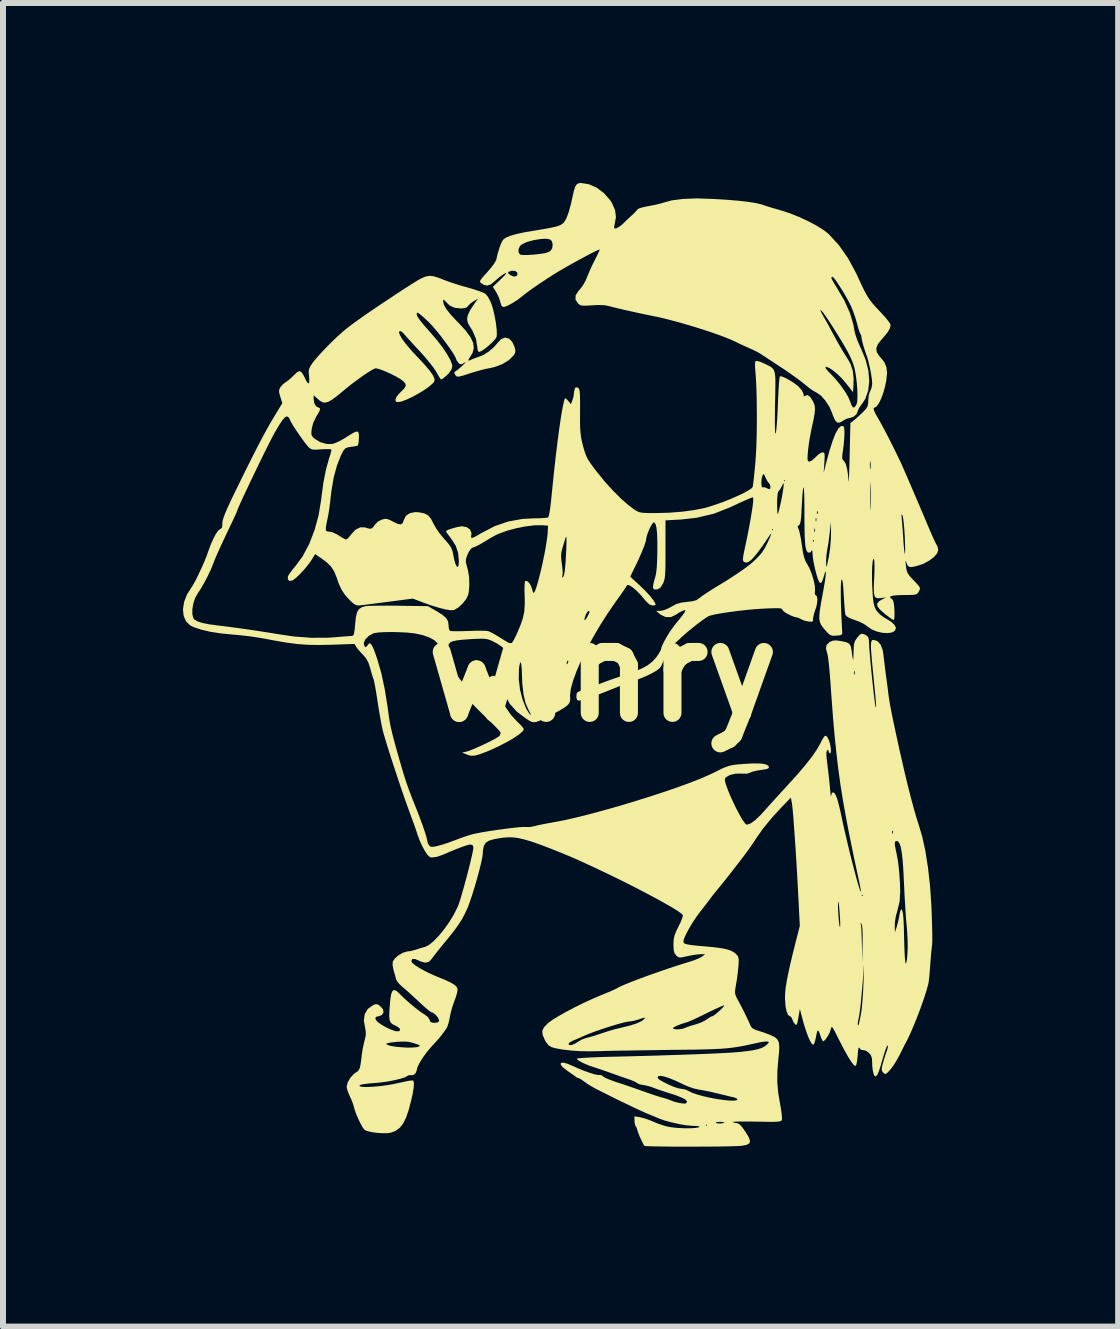
<source format=kicad_pcb>
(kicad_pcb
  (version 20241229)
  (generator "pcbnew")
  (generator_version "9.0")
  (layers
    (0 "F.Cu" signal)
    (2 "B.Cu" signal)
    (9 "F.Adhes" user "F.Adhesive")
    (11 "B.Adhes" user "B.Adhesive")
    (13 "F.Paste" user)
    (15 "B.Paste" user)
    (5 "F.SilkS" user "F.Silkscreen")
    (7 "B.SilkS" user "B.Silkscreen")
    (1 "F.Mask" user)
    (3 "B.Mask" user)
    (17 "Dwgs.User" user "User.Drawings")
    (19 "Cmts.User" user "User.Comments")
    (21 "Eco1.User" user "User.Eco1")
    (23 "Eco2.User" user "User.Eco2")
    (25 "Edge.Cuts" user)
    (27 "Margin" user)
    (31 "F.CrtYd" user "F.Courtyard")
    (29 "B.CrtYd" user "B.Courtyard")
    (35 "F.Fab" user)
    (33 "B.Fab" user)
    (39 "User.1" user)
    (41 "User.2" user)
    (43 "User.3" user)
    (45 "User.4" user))
  (footprint "winry"
    (layer "F.Cu")
    (at 6.998 8.144)
    (property "Reference" "winry" (at 0 0 0) (layer "F.SilkS") (effects (font (size 1.524 1.524) (thickness 0.3))))
    (attr through_hole)
    (fp_poly (pts (xy -0.233 -8.123) (xy -0.101 -8.065) (xy 0.019 -7.975) (xy 0.121 -7.859) (xy 0.154 -7.808) (xy 0.205 -7.689) (xy 0.219 -7.575) (xy 0.2 -7.469) (xy 0.19 -7.418) (xy 0.191 -7.388) (xy 0.192 -7.387) (xy 0.221 -7.386) (xy 0.269 -7.411) (xy 0.326 -7.454) (xy 0.353 -7.481) (xy 0.406 -7.533) (xy 0.47 -7.592) (xy 0.488 -7.608) (xy 0.537 -7.655) (xy 0.569 -7.692) (xy 0.576 -7.703) (xy 0.6 -7.718) (xy 0.656 -7.736) (xy 0.735 -7.754) (xy 0.76 -7.758) (xy 0.852 -7.776) (xy 0.935 -7.794) (xy 0.992 -7.81) (xy 0.999 -7.813) (xy 1.149 -7.854) (xy 1.339 -7.878) (xy 1.57 -7.887) (xy 1.834 -7.878) (xy 2.068 -7.864) (xy 2.261 -7.848) (xy 2.418 -7.83) (xy 2.541 -7.811) (xy 2.634 -7.79) (xy 2.668 -7.779) (xy 2.733 -7.757) (xy 2.824 -7.729) (xy 2.925 -7.7) (xy 2.96 -7.69) (xy 3.115 -7.64) (xy 3.275 -7.576) (xy 3.432 -7.503) (xy 3.574 -7.427) (xy 3.691 -7.352) (xy 3.763 -7.295) (xy 3.934 -7.109) (xy 4.089 -6.888) (xy 4.224 -6.637) (xy 4.24 -6.602) (xy 4.304 -6.463) (xy 4.356 -6.355) (xy 4.402 -6.271) (xy 4.447 -6.2) (xy 4.498 -6.134) (xy 4.56 -6.065) (xy 4.626 -5.995) (xy 4.695 -5.92) (xy 4.751 -5.853) (xy 4.787 -5.803) (xy 4.798 -5.779) (xy 4.786 -5.723) (xy 4.748 -5.656) (xy 4.679 -5.571) (xy 4.652 -5.542) (xy 4.586 -5.459) (xy 4.558 -5.388) (xy 4.567 -5.322) (xy 4.614 -5.252) (xy 4.633 -5.232) (xy 4.693 -5.157) (xy 4.727 -5.076) (xy 4.738 -4.979) (xy 4.726 -4.858) (xy 4.708 -4.765) (xy 4.678 -4.655) (xy 4.642 -4.555) (xy 4.603 -4.474) (xy 4.565 -4.42) (xy 4.534 -4.402) (xy 4.514 -4.39) (xy 4.52 -4.353) (xy 4.551 -4.286) (xy 4.592 -4.215) (xy 4.634 -4.142) (xy 4.69 -4.038) (xy 4.755 -3.913) (xy 4.825 -3.776) (xy 4.894 -3.635) (xy 4.959 -3.501) (xy 4.965 -3.489) (xy 4.984 -3.447) (xy 5.017 -3.371) (xy 5.062 -3.268) (xy 5.116 -3.143) (xy 5.176 -3.003) (xy 5.239 -2.856) (xy 5.303 -2.706) (xy 5.365 -2.561) (xy 5.421 -2.427) (xy 5.452 -2.355) (xy 5.492 -2.261) (xy 5.529 -2.181) (xy 5.556 -2.125) (xy 5.57 -2.103) (xy 5.585 -2.067) (xy 5.591 -2.022) (xy 5.571 -1.967) (xy 5.518 -1.907) (xy 5.441 -1.849) (xy 5.349 -1.799) (xy 5.275 -1.772) (xy 5.186 -1.748) (xy 5.128 -1.741) (xy 5.093 -1.754) (xy 5.071 -1.787) (xy 5.063 -1.81) (xy 5.051 -1.845) (xy 5.047 -1.845) (xy 5.048 -1.808) (xy 5.053 -1.761) (xy 5.062 -1.695) (xy 5.079 -1.645) (xy 5.112 -1.596) (xy 5.168 -1.534) (xy 5.183 -1.519) (xy 5.242 -1.457) (xy 5.275 -1.417) (xy 5.287 -1.388) (xy 5.281 -1.36) (xy 5.269 -1.337) (xy 5.252 -1.309) (xy 5.232 -1.291) (xy 5.197 -1.281) (xy 5.14 -1.277) (xy 5.05 -1.276) (xy 5.034 -1.276) (xy 4.91 -1.273) (xy 4.829 -1.264) (xy 4.789 -1.249) (xy 4.793 -1.228) (xy 4.812 -1.215) (xy 4.834 -1.194) (xy 4.848 -1.154) (xy 4.857 -1.086) (xy 4.861 -1.025) (xy 4.862 -0.946) (xy 4.859 -0.887) (xy 4.851 -0.859) (xy 4.849 -0.858) (xy 4.823 -0.871) (xy 4.774 -0.906) (xy 4.71 -0.954) (xy 4.698 -0.964) (xy 4.619 -1.034) (xy 4.577 -1.089) (xy 4.573 -1.133) (xy 4.604 -1.171) (xy 4.644 -1.196) (xy 4.721 -1.237) (xy 4.64 -1.225) (xy 4.59 -1.221) (xy 4.554 -1.229) (xy 4.531 -1.254) (xy 4.52 -1.304) (xy 4.517 -1.382) (xy 4.52 -1.497) (xy 4.524 -1.56) (xy 4.528 -1.669) (xy 4.529 -1.764) (xy 4.527 -1.835) (xy 4.521 -1.872) (xy 4.52 -1.874) (xy 4.508 -1.875) (xy 4.498 -1.837) (xy 4.491 -1.767) (xy 4.487 -1.671) (xy 4.487 -1.554) (xy 4.491 -1.423) (xy 4.494 -1.363) (xy 4.502 -1.235) (xy 4.514 -1.142) (xy 4.532 -1.074) (xy 4.559 -1.021) (xy 4.599 -0.974) (xy 4.622 -0.951) (xy 4.677 -0.909) (xy 4.727 -0.879) (xy 4.806 -0.831) (xy 4.862 -0.778) (xy 4.886 -0.729) (xy 4.886 -0.723) (xy 4.868 -0.679) (xy 4.818 -0.651) (xy 4.745 -0.641) (xy 4.66 -0.646) (xy 4.569 -0.667) (xy 4.483 -0.702) (xy 4.41 -0.752) (xy 4.402 -0.759) (xy 4.353 -0.793) (xy 4.278 -0.83) (xy 4.2 -0.859) (xy 4.115 -0.891) (xy 4.065 -0.92) (xy 4.043 -0.95) (xy 4.042 -0.954) (xy 4.037 -0.994) (xy 4.03 -1.067) (xy 4.023 -1.164) (xy 4.016 -1.274) (xy 4.015 -1.285) (xy 4.008 -1.405) (xy 4 -1.484) (xy 3.991 -1.526) (xy 3.982 -1.534) (xy 3.978 -1.529) (xy 3.972 -1.495) (xy 3.968 -1.424) (xy 3.967 -1.324) (xy 3.968 -1.2) (xy 3.972 -1.061) (xy 3.977 -0.913) (xy 3.985 -0.763) (xy 3.99 -0.671) (xy 3.99 -0.631) (xy 3.975 -0.611) (xy 3.934 -0.602) (xy 3.893 -0.599) (xy 3.832 -0.597) (xy 3.79 -0.609) (xy 3.751 -0.641) (xy 3.711 -0.686) (xy 3.669 -0.736) (xy 3.639 -0.779) (xy 3.619 -0.824) (xy 3.609 -0.877) (xy 3.61 -0.943) (xy 3.619 -1.031) (xy 3.638 -1.147) (xy 3.666 -1.297) (xy 3.675 -1.348) (xy 3.695 -1.461) (xy 3.709 -1.554) (xy 3.717 -1.623) (xy 3.718 -1.663) (xy 3.713 -1.671) (xy 3.701 -1.642) (xy 3.689 -1.601) (xy 3.665 -1.523) (xy 3.645 -1.483) (xy 3.625 -1.477) (xy 3.611 -1.487) (xy 3.592 -1.524) (xy 3.569 -1.593) (xy 3.545 -1.681) (xy 3.523 -1.776) (xy 3.514 -1.82) (xy 3.722 -1.82) (xy 3.724 -1.769) (xy 3.727 -1.746) (xy 3.733 -1.757) (xy 3.744 -1.803) (xy 3.762 -1.888) (xy 3.766 -1.904) (xy 3.788 -2.046) (xy 3.801 -2.199) (xy 3.804 -2.3) (xy 3.802 -2.498) (xy 3.783 -2.322) (xy 3.771 -2.221) (xy 3.757 -2.122) (xy 3.743 -2.044) (xy 3.742 -2.04) (xy 3.729 -1.951) (xy 3.722 -1.852) (xy 3.722 -1.82) (xy 3.514 -1.82) (xy 3.506 -1.866) (xy 3.498 -1.939) (xy 3.497 -1.949) (xy 3.494 -2.003) (xy 3.489 -2.026) (xy 3.484 -2.019) (xy 3.461 -1.987) (xy 3.442 -1.981) (xy 3.418 -1.987) (xy 3.399 -2.01) (xy 3.385 -2.052) (xy 3.374 -2.118) (xy 3.37 -2.179) (xy 3.5 -2.179) (xy 3.508 -2.161) (xy 3.514 -2.164) (xy 3.517 -2.19) (xy 3.514 -2.194) (xy 3.501 -2.191) (xy 3.5 -2.179) (xy 3.37 -2.179) (xy 3.367 -2.213) (xy 3.363 -2.34) (xy 3.363 -2.355) (xy 3.525 -2.355) (xy 3.529 -2.324) (xy 3.536 -2.328) (xy 3.539 -2.373) (xy 3.536 -2.383) (xy 3.528 -2.385) (xy 3.525 -2.355) (xy 3.363 -2.355) (xy 3.361 -2.504) (xy 3.361 -2.531) (xy 3.547 -2.531) (xy 3.551 -2.5) (xy 3.558 -2.504) (xy 3.561 -2.549) (xy 3.558 -2.559) (xy 3.55 -2.561) (xy 3.547 -2.531) (xy 3.361 -2.531) (xy 3.361 -2.609) (xy 4.979 -2.609) (xy 4.982 -2.559) (xy 4.984 -2.531) (xy 4.991 -2.455) (xy 4.999 -2.352) (xy 5.007 -2.239) (xy 5.01 -2.185) (xy 5.017 -2.091) (xy 5.025 -2.016) (xy 5.032 -1.97) (xy 5.036 -1.959) (xy 5.039 -1.98) (xy 5.04 -2.036) (xy 5.038 -2.121) (xy 5.034 -2.225) (xy 5.033 -2.253) (xy 5.026 -2.367) (xy 5.017 -2.469) (xy 5.007 -2.549) (xy 4.998 -2.596) (xy 4.996 -2.6) (xy 4.984 -2.622) (xy 4.979 -2.609) (xy 3.361 -2.609) (xy 3.361 -2.641) (xy 3.361 -2.654) (xy 3.567 -2.654) (xy 3.571 -2.626) (xy 3.579 -2.625) (xy 3.584 -2.655) (xy 3.581 -2.667) (xy 3.571 -2.676) (xy 3.567 -2.654) (xy 3.361 -2.654) (xy 3.36 -2.81) (xy 3.358 -2.921) (xy 4.455 -2.921) (xy 4.455 -2.916) (xy 4.455 -2.809) (xy 4.457 -2.735) (xy 4.458 -2.695) (xy 4.46 -2.693) (xy 4.462 -2.732) (xy 4.463 -2.736) (xy 4.465 -2.855) (xy 4.465 -2.986) (xy 4.463 -3.103) (xy 4.462 -3.11) (xy 4.46 -3.148) (xy 4.458 -3.144) (xy 4.457 -3.103) (xy 4.455 -3.028) (xy 4.455 -2.921) (xy 3.358 -2.921) (xy 3.358 -2.938) (xy 3.354 -3.023) (xy 3.348 -3.066) (xy 3.342 -3.066) (xy 3.335 -3.023) (xy 3.327 -2.937) (xy 3.319 -2.808) (xy 3.313 -2.697) (xy 3.307 -2.585) (xy 3.298 -2.509) (xy 3.287 -2.463) (xy 3.272 -2.44) (xy 3.268 -2.437) (xy 3.245 -2.414) (xy 3.259 -2.386) (xy 3.272 -2.353) (xy 3.288 -2.285) (xy 3.305 -2.196) (xy 3.316 -2.119) (xy 3.335 -1.994) (xy 3.355 -1.904) (xy 3.38 -1.838) (xy 3.399 -1.805) (xy 3.444 -1.724) (xy 3.484 -1.623) (xy 3.516 -1.518) (xy 3.535 -1.423) (xy 3.537 -1.352) (xy 3.537 -1.351) (xy 3.533 -1.302) (xy 3.541 -1.277) (xy 3.543 -1.277) (xy 3.567 -1.258) (xy 3.577 -1.208) (xy 3.572 -1.139) (xy 3.554 -1.061) (xy 3.545 -1.038) (xy 3.521 -0.965) (xy 3.507 -0.901) (xy 3.505 -0.875) (xy 3.504 -0.842) (xy 3.481 -0.831) (xy 3.434 -0.833) (xy 3.365 -0.847) (xy 3.308 -0.871) (xy 3.308 -0.871) (xy 3.262 -0.895) (xy 3.235 -0.902) (xy 3.189 -0.912) (xy 3.128 -0.937) (xy 3.066 -0.969) (xy 3.017 -1.001) (xy 2.994 -1.027) (xy 2.993 -1.03) (xy 2.989 -1.043) (xy 2.969 -1.051) (xy 2.93 -1.056) (xy 2.863 -1.056) (xy 2.763 -1.053) (xy 2.683 -1.049) (xy 2.55 -1.041) (xy 2.405 -1.028) (xy 2.255 -1.011) (xy 2.11 -0.992) (xy 1.979 -0.972) (xy 1.869 -0.952) (xy 1.79 -0.933) (xy 1.764 -0.924) (xy 1.721 -0.898) (xy 1.653 -0.85) (xy 1.57 -0.788) (xy 1.482 -0.718) (xy 1.396 -0.647) (xy 1.322 -0.582) (xy 1.278 -0.54) (xy 1.23 -0.495) (xy 1.195 -0.467) (xy 1.184 -0.462) (xy 1.166 -0.444) (xy 1.141 -0.398) (xy 1.133 -0.38) (xy 1.1 -0.314) (xy 1.063 -0.26) (xy 1.058 -0.253) (xy 1.02 -0.198) (xy 1.001 -0.154) (xy 0.974 -0.094) (xy 0.949 -0.058) (xy 0.901 -0.019) (xy 0.822 0.027) (xy 0.723 0.075) (xy 0.617 0.119) (xy 0.55 0.143) (xy 0.48 0.167) (xy 0.382 0.203) (xy 0.273 0.246) (xy 0.187 0.28) (xy 0.022 0.346) (xy -0.123 0.401) (xy -0.244 0.443) (xy -0.336 0.472) (xy -0.393 0.484) (xy -0.4 0.484) (xy -0.429 0.473) (xy -0.44 0.432) (xy -0.44 0.413) (xy -0.437 0.37) (xy -0.42 0.344) (xy -0.379 0.323) (xy -0.325 0.305) (xy -0.245 0.278) (xy -0.146 0.242) (xy -0.048 0.204) (xy -0.044 0.202) (xy 0.053 0.165) (xy 0.172 0.122) (xy 0.294 0.081) (xy 0.341 0.065) (xy 0.513 0.007) (xy 0.647 -0.05) (xy 0.75 -0.106) (xy 0.829 -0.168) (xy 0.891 -0.236) (xy 0.891 -0.237) (xy 0.932 -0.297) (xy 0.96 -0.345) (xy 0.968 -0.365) (xy 0.981 -0.413) (xy 1.015 -0.487) (xy 1.063 -0.575) (xy 1.12 -0.667) (xy 1.181 -0.753) (xy 1.22 -0.803) (xy 1.279 -0.874) (xy 1.328 -0.937) (xy 1.36 -0.982) (xy 1.364 -0.988) (xy 1.377 -1.019) (xy 1.364 -1.023) (xy 1.33 -1.012) (xy 1.268 -0.981) (xy 1.216 -0.946) (xy 1.135 -0.908) (xy 1.047 -0.909) (xy 0.964 -0.948) (xy 0.953 -0.957) (xy 0.891 -1.011) (xy 0.961 -1.012) (xy 1.021 -1.024) (xy 1.096 -1.055) (xy 1.142 -1.081) (xy 1.225 -1.125) (xy 1.309 -1.149) (xy 1.402 -1.161) (xy 1.496 -1.172) (xy 1.559 -1.19) (xy 1.605 -1.221) (xy 1.607 -1.222) (xy 1.649 -1.255) (xy 1.718 -1.302) (xy 1.803 -1.357) (xy 1.863 -1.394) (xy 2.07 -1.521) (xy 2.241 -1.632) (xy 2.38 -1.729) (xy 2.491 -1.817) (xy 2.578 -1.898) (xy 2.645 -1.974) (xy 2.695 -2.05) (xy 2.703 -2.064) (xy 2.74 -2.137) (xy 2.772 -2.204) (xy 2.794 -2.258) (xy 2.806 -2.292) (xy 2.803 -2.299) (xy 2.789 -2.282) (xy 2.684 -2.126) (xy 2.598 -2.006) (xy 2.528 -1.918) (xy 2.472 -1.859) (xy 2.427 -1.826) (xy 2.389 -1.816) (xy 2.356 -1.827) (xy 2.355 -1.827) (xy 2.34 -1.842) (xy 2.335 -1.868) (xy 2.34 -1.916) (xy 2.354 -1.994) (xy 2.362 -2.029) (xy 2.406 -2.238) (xy 2.431 -2.366) (xy 2.817 -2.366) (xy 2.828 -2.355) (xy 2.839 -2.366) (xy 2.828 -2.377) (xy 2.817 -2.366) (xy 2.431 -2.366) (xy 2.442 -2.424) (xy 2.471 -2.585) (xy 2.492 -2.717) (xy 2.503 -2.801) (xy 2.905 -2.801) (xy 2.907 -2.718) (xy 2.91 -2.656) (xy 2.915 -2.626) (xy 2.918 -2.624) (xy 2.927 -2.65) (xy 2.942 -2.708) (xy 2.961 -2.79) (xy 2.972 -2.842) (xy 2.991 -2.939) (xy 3.005 -3.024) (xy 3.013 -3.086) (xy 3.014 -3.103) (xy 3.013 -3.137) (xy 3.005 -3.135) (xy 2.986 -3.095) (xy 2.984 -3.09) (xy 2.956 -3.038) (xy 2.931 -3.007) (xy 2.93 -3.006) (xy 2.917 -2.977) (xy 2.909 -2.911) (xy 2.905 -2.817) (xy 2.905 -2.801) (xy 2.503 -2.801) (xy 2.505 -2.817) (xy 2.508 -2.88) (xy 2.502 -2.905) (xy 2.501 -2.905) (xy 2.475 -2.897) (xy 2.418 -2.873) (xy 2.339 -2.839) (xy 2.248 -2.797) (xy 2.154 -2.753) (xy 2.124 -2.739) (xy 1.854 -2.632) (xy 1.567 -2.564) (xy 1.31 -2.535) (xy 1.045 -2.52) (xy 1.045 -2.036) (xy 1.045 -1.875) (xy 1.044 -1.752) (xy 1.041 -1.66) (xy 1.037 -1.593) (xy 1.029 -1.543) (xy 1.019 -1.506) (xy 1.006 -1.473) (xy 1.001 -1.464) (xy 0.962 -1.402) (xy 0.919 -1.373) (xy 0.897 -1.369) (xy 0.853 -1.37) (xy 0.838 -1.394) (xy 0.837 -1.413) (xy 0.844 -1.465) (xy 0.862 -1.535) (xy 0.871 -1.561) (xy 0.887 -1.629) (xy 0.899 -1.729) (xy 0.906 -1.865) (xy 0.909 -1.99) (xy 0.909 -2.165) (xy 0.905 -2.299) (xy 0.895 -2.395) (xy 0.88 -2.456) (xy 0.86 -2.484) (xy 0.848 -2.487) (xy 0.828 -2.468) (xy 0.799 -2.421) (xy 0.769 -2.359) (xy 0.744 -2.294) (xy 0.728 -2.24) (xy 0.726 -2.223) (xy 0.717 -2.174) (xy 0.691 -2.095) (xy 0.651 -1.994) (xy 0.601 -1.88) (xy 0.557 -1.787) (xy 0.457 -1.582) (xy 0.623 -1.429) (xy 0.715 -1.339) (xy 0.791 -1.256) (xy 0.847 -1.184) (xy 0.877 -1.131) (xy 0.88 -1.114) (xy 0.862 -1.104) (xy 0.827 -1.101) (xy 0.776 -1.119) (xy 0.717 -1.175) (xy 0.702 -1.194) (xy 0.633 -1.276) (xy 0.563 -1.347) (xy 0.499 -1.402) (xy 0.446 -1.436) (xy 0.411 -1.445) (xy 0.401 -1.435) (xy 0.386 -1.408) (xy 0.349 -1.354) (xy 0.297 -1.278) (xy 0.234 -1.19) (xy 0.219 -1.17) (xy 0.084 -0.974) (xy -0.044 -0.773) (xy -0.163 -0.57) (xy -0.27 -0.371) (xy -0.363 -0.18) (xy -0.439 -0.003) (xy -0.497 0.156) (xy -0.534 0.292) (xy -0.547 0.4) (xy -0.545 0.433) (xy -0.544 0.48) (xy -0.556 0.52) (xy -0.585 0.559) (xy -0.639 0.6) (xy -0.721 0.65) (xy -0.837 0.712) (xy -0.856 0.722) (xy -0.968 0.78) (xy -1.049 0.818) (xy -1.108 0.84) (xy -1.154 0.845) (xy -1.194 0.835) (xy -1.239 0.811) (xy -1.28 0.784) (xy -1.437 0.665) (xy -1.553 0.535) (xy -1.627 0.396) (xy -1.629 0.388) (xy -1.657 0.282) (xy -1.674 0.156) (xy -1.675 0.127) (xy -1.401 0.127) (xy -1.38 0.3) (xy -1.338 0.467) (xy -1.279 0.614) (xy -1.255 0.655) (xy -1.219 0.709) (xy -1.201 0.725) (xy -1.204 0.706) (xy -1.229 0.654) (xy -1.241 0.633) (xy -1.289 0.522) (xy -1.322 0.378) (xy -1.342 0.198) (xy -1.347 0.072) (xy -1.351 -0.04) (xy -1.358 -0.115) (xy -1.36 -0.122) (xy -0.605 -0.122) (xy -0.592 -0.126) (xy -0.591 -0.127) (xy -0.575 -0.165) (xy -0.577 -0.179) (xy -0.588 -0.184) (xy -0.6 -0.156) (xy -0.605 -0.122) (xy -1.36 -0.122) (xy -1.367 -0.152) (xy -1.378 -0.149) (xy -1.389 -0.105) (xy -1.398 -0.037) (xy -1.401 0.127) (xy -1.675 0.127) (xy -1.68 0.024) (xy -1.675 -0.101) (xy -1.659 -0.205) (xy -1.644 -0.251) (xy -1.621 -0.307) (xy -1.619 -0.34) (xy -1.637 -0.37) (xy -1.655 -0.389) (xy -1.702 -0.428) (xy -1.771 -0.472) (xy -1.82 -0.498) (xy -1.872 -0.523) (xy -1.917 -0.538) (xy -1.966 -0.546) (xy -2.029 -0.548) (xy -2.118 -0.545) (xy -2.196 -0.541) (xy -2.336 -0.531) (xy -2.439 -0.519) (xy -2.508 -0.503) (xy -2.55 -0.481) (xy -2.57 -0.451) (xy -2.573 -0.412) (xy -2.573 -0.409) (xy -2.574 -0.336) (xy -2.584 -0.271) (xy -2.585 -0.189) (xy -2.562 -0.128) (xy -2.528 -0.071) (xy -2.478 0.001) (xy -2.418 0.081) (xy -2.356 0.159) (xy -2.297 0.228) (xy -2.249 0.28) (xy -2.217 0.306) (xy -2.212 0.308) (xy -2.182 0.296) (xy -2.127 0.262) (xy -2.057 0.213) (xy -2.021 0.187) (xy -1.932 0.122) (xy -1.87 0.084) (xy -1.83 0.068) (xy -1.805 0.074) (xy -1.796 0.084) (xy -1.787 0.114) (xy -1.774 0.174) (xy -1.763 0.238) (xy -1.718 0.4) (xy -1.639 0.565) (xy -1.532 0.721) (xy -1.437 0.824) (xy -1.372 0.888) (xy -1.334 0.93) (xy -1.319 0.957) (xy -1.323 0.978) (xy -1.338 0.998) (xy -1.398 1.05) (xy -1.49 1.112) (xy -1.607 1.179) (xy -1.739 1.247) (xy -1.877 1.311) (xy -1.959 1.344) (xy -2.059 1.381) (xy -2.132 1.401) (xy -2.188 1.404) (xy -2.241 1.393) (xy -2.278 1.378) (xy -2.344 1.349) (xy -2.267 1.333) (xy -2.214 1.316) (xy -2.137 1.285) (xy -2.046 1.244) (xy -1.949 1.199) (xy -1.858 1.153) (xy -1.783 1.113) (xy -1.732 1.081) (xy -1.719 1.07) (xy -1.704 1.029) (xy -1.707 1.01) (xy -1.726 0.986) (xy -1.772 0.937) (xy -1.84 0.868) (xy -1.925 0.786) (xy -2.02 0.694) (xy -2.021 0.693) (xy -2.221 0.492) (xy -2.405 0.284) (xy -2.567 0.078) (xy -2.699 -0.118) (xy -2.731 -0.172) (xy -2.772 -0.248) (xy -2.791 -0.299) (xy -2.788 -0.335) (xy -2.766 -0.369) (xy -2.759 -0.377) (xy -2.739 -0.425) (xy -2.758 -0.475) (xy -2.81 -0.524) (xy -2.893 -0.569) (xy -3 -0.607) (xy -3.126 -0.634) (xy -3.158 -0.639) (xy -3.267 -0.65) (xy -3.39 -0.656) (xy -3.515 -0.659) (xy -3.633 -0.657) (xy -3.733 -0.652) (xy -3.804 -0.642) (xy -3.823 -0.637) (xy -3.9 -0.595) (xy -3.957 -0.539) (xy -3.983 -0.481) (xy -3.984 -0.471) (xy -3.974 -0.421) (xy -3.95 -0.408) (xy -3.921 -0.435) (xy -3.917 -0.442) (xy -3.896 -0.469) (xy -3.874 -0.468) (xy -3.849 -0.436) (xy -3.818 -0.371) (xy -3.78 -0.268) (xy -3.755 -0.192) (xy -3.692 0.026) (xy -3.636 0.287) (xy -3.587 0.591) (xy -3.566 0.748) (xy -3.552 0.838) (xy -3.53 0.947) (xy -3.498 1.079) (xy -3.455 1.24) (xy -3.401 1.432) (xy -3.335 1.66) (xy -3.314 1.728) (xy -3.28 1.835) (xy -3.235 1.963) (xy -3.186 2.092) (xy -3.156 2.168) (xy -3.099 2.309) (xy -3.047 2.446) (xy -3.001 2.571) (xy -2.964 2.679) (xy -2.939 2.761) (xy -2.928 2.812) (xy -2.927 2.817) (xy -2.915 2.863) (xy -2.898 2.893) (xy -2.877 2.915) (xy -2.849 2.923) (xy -2.801 2.917) (xy -2.749 2.905) (xy -2.668 2.883) (xy -2.568 2.85) (xy -2.469 2.813) (xy -2.465 2.812) (xy -2.368 2.775) (xy -2.269 2.741) (xy -2.189 2.716) (xy -2.185 2.715) (xy -2.109 2.698) (xy -2.006 2.678) (xy -1.885 2.658) (xy -1.755 2.639) (xy -1.624 2.621) (xy -1.503 2.606) (xy -1.399 2.595) (xy -1.322 2.59) (xy -1.284 2.591) (xy -1.213 2.591) (xy -1.139 2.577) (xy -1.139 2.577) (xy -1.087 2.563) (xy -1.004 2.546) (xy -0.901 2.526) (xy -0.801 2.508) (xy -0.631 2.476) (xy -0.431 2.43) (xy -0.208 2.374) (xy 0.032 2.309) (xy 0.283 2.238) (xy 0.537 2.161) (xy 0.79 2.082) (xy 1.034 2.002) (xy 1.263 1.923) (xy 1.47 1.847) (xy 1.65 1.776) (xy 1.795 1.712) (xy 1.838 1.692) (xy 1.945 1.638) (xy 2.026 1.6) (xy 2.092 1.576) (xy 2.155 1.56) (xy 2.228 1.55) (xy 2.323 1.542) (xy 2.355 1.539) (xy 2.515 1.531) (xy 2.634 1.533) (xy 2.715 1.546) (xy 2.759 1.57) (xy 2.769 1.589) (xy 2.764 1.61) (xy 2.734 1.624) (xy 2.671 1.636) (xy 2.637 1.64) (xy 2.557 1.653) (xy 2.49 1.67) (xy 2.457 1.685) (xy 2.398 1.703) (xy 2.302 1.701) (xy 2.204 1.703) (xy 2.116 1.725) (xy 2.052 1.763) (xy 2.036 1.783) (xy 2.035 1.818) (xy 2.052 1.883) (xy 2.084 1.971) (xy 2.126 2.072) (xy 2.175 2.181) (xy 2.227 2.288) (xy 2.28 2.387) (xy 2.327 2.469) (xy 2.368 2.527) (xy 2.397 2.553) (xy 2.4 2.553) (xy 2.458 2.535) (xy 2.535 2.481) (xy 2.631 2.39) (xy 2.696 2.319) (xy 2.768 2.237) (xy 2.861 2.135) (xy 2.961 2.025) (xy 3.06 1.917) (xy 3.082 1.893) (xy 3.248 1.71) (xy 3.382 1.552) (xy 3.488 1.417) (xy 3.567 1.301) (xy 3.619 1.211) (xy 3.661 1.129) (xy 3.69 1.083) (xy 3.712 1.069) (xy 3.733 1.081) (xy 3.749 1.104) (xy 3.772 1.154) (xy 3.79 1.218) (xy 3.801 1.283) (xy 3.802 1.336) (xy 3.793 1.363) (xy 3.788 1.365) (xy 3.767 1.347) (xy 3.764 1.327) (xy 3.757 1.303) (xy 3.739 1.314) (xy 3.728 1.342) (xy 3.727 1.396) (xy 3.735 1.483) (xy 3.74 1.522) (xy 3.754 1.634) (xy 3.769 1.765) (xy 3.782 1.891) (xy 3.784 1.915) (xy 3.792 1.998) (xy 3.798 2.056) (xy 3.803 2.081) (xy 3.805 2.076) (xy 3.816 2.032) (xy 3.829 2.015) (xy 3.855 2.018) (xy 3.883 2.059) (xy 3.913 2.141) (xy 3.945 2.264) (xy 3.973 2.388) (xy 4.002 2.526) (xy 4.036 2.677) (xy 4.073 2.835) (xy 4.111 2.994) (xy 4.149 3.148) (xy 4.187 3.293) (xy 4.221 3.422) (xy 4.251 3.53) (xy 4.276 3.611) (xy 4.293 3.66) (xy 4.302 3.672) (xy 4.301 3.649) (xy 4.291 3.592) (xy 4.275 3.51) (xy 4.256 3.423) (xy 4.179 3.063) (xy 4.113 2.737) (xy 4.1 2.672) (xy 4.822 2.672) (xy 4.826 2.701) (xy 4.834 2.701) (xy 4.839 2.672) (xy 4.835 2.659) (xy 4.826 2.651) (xy 4.822 2.672) (xy 4.1 2.672) (xy 4.055 2.439) (xy 4.005 2.159) (xy 3.962 1.89) (xy 3.925 1.623) (xy 3.893 1.352) (xy 3.864 1.068) (xy 3.837 0.763) (xy 3.812 0.429) (xy 3.798 0.228) (xy 3.787 0.087) (xy 3.782 0.022) (xy 4.185 0.022) (xy 4.189 0.053) (xy 4.197 0.05) (xy 4.199 0.004) (xy 4.197 -0.006) (xy 4.189 -0.008) (xy 4.185 0.022) (xy 3.782 0.022) (xy 3.776 -0.043) (xy 3.765 -0.154) (xy 3.754 -0.238) (xy 3.745 -0.288) (xy 3.743 -0.294) (xy 3.72 -0.381) (xy 3.73 -0.444) (xy 3.774 -0.488) (xy 3.787 -0.496) (xy 3.836 -0.515) (xy 3.889 -0.519) (xy 3.965 -0.509) (xy 3.978 -0.507) (xy 4.059 -0.489) (xy 4.107 -0.464) (xy 4.133 -0.422) (xy 4.147 -0.352) (xy 4.148 -0.341) (xy 4.16 -0.251) (xy 4.169 -0.203) (xy 4.174 -0.198) (xy 4.177 -0.235) (xy 4.179 -0.313) (xy 4.18 -0.319) (xy 4.183 -0.411) (xy 4.191 -0.473) (xy 4.208 -0.517) (xy 4.236 -0.559) (xy 4.245 -0.57) (xy 4.285 -0.615) (xy 4.315 -0.631) (xy 4.349 -0.624) (xy 4.371 -0.614) (xy 4.405 -0.595) (xy 4.424 -0.57) (xy 4.435 -0.529) (xy 4.439 -0.459) (xy 4.44 -0.429) (xy 4.444 -0.364) (xy 4.452 -0.271) (xy 4.462 -0.157) (xy 4.474 -0.031) (xy 4.487 0.101) (xy 4.501 0.231) (xy 4.514 0.352) (xy 4.527 0.456) (xy 4.537 0.535) (xy 4.545 0.582) (xy 4.548 0.592) (xy 4.552 0.593) (xy 4.555 0.578) (xy 4.554 0.542) (xy 4.55 0.482) (xy 4.542 0.393) (xy 4.53 0.27) (xy 4.514 0.108) (xy 4.512 0.088) (xy 4.494 -0.093) (xy 4.481 -0.235) (xy 4.473 -0.342) (xy 4.469 -0.42) (xy 4.471 -0.473) (xy 4.478 -0.505) (xy 4.489 -0.522) (xy 4.506 -0.528) (xy 4.513 -0.528) (xy 4.578 -0.508) (xy 4.63 -0.45) (xy 4.665 -0.36) (xy 4.676 -0.295) (xy 4.685 -0.215) (xy 4.698 -0.109) (xy 4.712 0.006) (xy 4.72 0.066) (xy 4.735 0.178) (xy 4.75 0.288) (xy 4.761 0.381) (xy 4.766 0.418) (xy 4.777 0.491) (xy 4.797 0.603) (xy 4.826 0.749) (xy 4.863 0.926) (xy 4.907 1.13) (xy 4.957 1.357) (xy 4.977 1.442) (xy 5.031 1.68) (xy 5.085 1.904) (xy 5.137 2.108) (xy 5.185 2.286) (xy 5.227 2.433) (xy 5.262 2.543) (xy 5.263 2.545) (xy 5.324 2.75) (xy 5.377 2.992) (xy 5.42 3.266) (xy 5.454 3.565) (xy 5.476 3.883) (xy 5.481 4) (xy 5.486 4.148) (xy 5.49 4.284) (xy 5.492 4.4) (xy 5.492 4.49) (xy 5.49 4.547) (xy 5.489 4.561) (xy 5.483 4.602) (xy 5.475 4.676) (xy 5.467 4.773) (xy 5.459 4.875) (xy 5.451 4.985) (xy 5.442 5.085) (xy 5.433 5.163) (xy 5.426 5.205) (xy 5.395 5.318) (xy 5.35 5.459) (xy 5.294 5.616) (xy 5.233 5.777) (xy 5.17 5.931) (xy 5.111 6.066) (xy 5.063 6.163) (xy 5.032 6.221) (xy 4.991 6.303) (xy 4.948 6.389) (xy 4.945 6.394) (xy 4.896 6.484) (xy 4.841 6.571) (xy 4.792 6.636) (xy 4.745 6.686) (xy 4.717 6.707) (xy 4.695 6.703) (xy 4.676 6.687) (xy 4.654 6.66) (xy 4.649 6.626) (xy 4.658 6.57) (xy 4.665 6.544) (xy 4.689 6.46) (xy 4.715 6.378) (xy 4.723 6.355) (xy 4.743 6.295) (xy 4.753 6.251) (xy 4.754 6.245) (xy 4.748 6.23) (xy 4.732 6.253) (xy 4.71 6.308) (xy 4.684 6.39) (xy 4.654 6.494) (xy 4.652 6.5) (xy 4.625 6.592) (xy 4.599 6.669) (xy 4.576 6.721) (xy 4.567 6.733) (xy 4.543 6.75) (xy 4.525 6.733) (xy 4.513 6.705) (xy 4.5 6.647) (xy 4.491 6.569) (xy 4.49 6.526) (xy 4.486 6.45) (xy 4.471 6.4) (xy 4.439 6.36) (xy 4.432 6.353) (xy 4.385 6.32) (xy 4.345 6.31) (xy 4.341 6.311) (xy 4.305 6.305) (xy 4.284 6.282) (xy 4.271 6.267) (xy 4.261 6.28) (xy 4.254 6.327) (xy 4.248 6.403) (xy 4.239 6.488) (xy 4.227 6.548) (xy 4.212 6.575) (xy 4.212 6.575) (xy 4.186 6.561) (xy 4.145 6.509) (xy 4.09 6.423) (xy 4.024 6.305) (xy 3.947 6.157) (xy 3.923 6.11) (xy 3.876 6.016) (xy 3.844 5.957) (xy 3.824 5.928) (xy 3.812 5.925) (xy 3.805 5.944) (xy 3.801 5.961) (xy 3.782 6.017) (xy 3.75 6.077) (xy 3.714 6.129) (xy 3.683 6.16) (xy 3.673 6.163) (xy 3.657 6.144) (xy 3.636 6.097) (xy 3.631 6.08) (xy 3.606 6.009) (xy 3.588 5.981) (xy 3.574 5.996) (xy 3.56 6.054) (xy 3.555 6.084) (xy 3.539 6.155) (xy 3.522 6.205) (xy 3.509 6.222) (xy 3.486 6.208) (xy 3.455 6.158) (xy 3.419 6.077) (xy 3.382 5.973) (xy 3.353 5.88) (xy 4.249 5.88) (xy 4.253 5.898) (xy 4.26 5.894) (xy 4.27 5.868) (xy 4.283 5.809) (xy 4.299 5.73) (xy 4.304 5.705) (xy 4.316 5.616) (xy 4.327 5.497) (xy 4.337 5.363) (xy 4.344 5.228) (xy 4.345 5.202) (xy 4.355 4.875) (xy 4.326 5.249) (xy 4.314 5.383) (xy 4.302 5.511) (xy 4.289 5.623) (xy 4.278 5.708) (xy 4.272 5.742) (xy 4.255 5.83) (xy 4.249 5.88) (xy 3.353 5.88) (xy 3.345 5.852) (xy 3.325 5.778) (xy 3.285 5.624) (xy 3.27 5.712) (xy 3.254 5.803) (xy 3.242 5.859) (xy 3.232 5.885) (xy 3.22 5.889) (xy 3.204 5.878) (xy 3.204 5.878) (xy 3.175 5.838) (xy 3.16 5.799) (xy 3.14 5.758) (xy 3.118 5.745) (xy 3.088 5.724) (xy 3.064 5.666) (xy 3.046 5.579) (xy 3.038 5.469) (xy 3.037 5.434) (xy 3.04 5.353) (xy 3.049 5.263) (xy 3.066 5.157) (xy 3.091 5.03) (xy 3.125 4.876) (xy 3.17 4.689) (xy 3.206 4.545) (xy 3.284 4.237) (xy 3.266 3.889) (xy 3.92 3.889) (xy 3.921 3.959) (xy 3.926 4.041) (xy 3.932 4.123) (xy 3.939 4.194) (xy 3.947 4.245) (xy 3.954 4.263) (xy 3.955 4.263) (xy 3.957 4.238) (xy 3.957 4.184) (xy 4.295 4.184) (xy 4.297 4.197) (xy 4.301 4.211) (xy 4.306 4.247) (xy 4.311 4.318) (xy 4.315 4.414) (xy 4.318 4.525) (xy 4.319 4.552) (xy 4.324 4.853) (xy 4.33 4.55) (xy 4.332 4.406) (xy 4.328 4.299) (xy 4.321 4.232) (xy 4.867 4.232) (xy 4.869 4.347) (xy 4.898 4.259) (xy 4.92 4.179) (xy 4.939 4.09) (xy 4.942 4.066) (xy 4.955 4.006) (xy 4.968 3.968) (xy 4.975 3.962) (xy 4.99 3.979) (xy 5.003 4.032) (xy 5.012 4.123) (xy 5.018 4.254) (xy 5.021 4.391) (xy 5.024 4.511) (xy 5.028 4.625) (xy 5.032 4.722) (xy 5.037 4.787) (xy 5.037 4.787) (xy 5.044 4.849) (xy 5.05 4.871) (xy 5.057 4.856) (xy 5.064 4.831) (xy 5.072 4.777) (xy 5.078 4.696) (xy 5.082 4.603) (xy 5.082 4.589) (xy 5.081 4.482) (xy 5.075 4.354) (xy 5.065 4.231) (xy 5.062 4.204) (xy 5.054 4.116) (xy 5.046 3.995) (xy 5.037 3.852) (xy 5.028 3.696) (xy 5.021 3.54) (xy 5.02 3.522) (xy 5.01 3.313) (xy 4.998 3.146) (xy 4.983 3.017) (xy 4.966 2.924) (xy 4.945 2.863) (xy 4.92 2.831) (xy 4.903 2.825) (xy 4.879 2.829) (xy 4.867 2.85) (xy 4.869 2.895) (xy 4.883 2.972) (xy 4.895 3.026) (xy 4.921 3.165) (xy 4.94 3.334) (xy 4.953 3.52) (xy 4.957 3.677) (xy 4.947 3.836) (xy 4.912 3.979) (xy 4.912 3.98) (xy 4.883 4.085) (xy 4.868 4.19) (xy 4.867 4.232) (xy 4.321 4.232) (xy 4.32 4.231) (xy 4.313 4.209) (xy 4.295 4.184) (xy 3.957 4.184) (xy 3.957 4.178) (xy 3.953 4.094) (xy 3.947 4.013) (xy 3.94 3.925) (xy 3.932 3.863) (xy 3.926 3.834) (xy 3.922 3.841) (xy 3.92 3.889) (xy 3.266 3.889) (xy 3.261 3.775) (xy 3.258 3.731) (xy 4.314 3.731) (xy 4.325 3.742) (xy 4.336 3.731) (xy 4.325 3.72) (xy 4.314 3.731) (xy 3.258 3.731) (xy 3.249 3.558) (xy 3.237 3.34) (xy 3.224 3.126) (xy 3.211 2.922) (xy 3.198 2.733) (xy 3.186 2.563) (xy 3.175 2.418) (xy 3.165 2.303) (xy 3.156 2.223) (xy 3.152 2.19) (xy 3.134 2.102) (xy 2.985 2.256) (xy 2.816 2.44) (xy 2.668 2.621) (xy 2.549 2.791) (xy 2.526 2.828) (xy 2.485 2.889) (xy 2.422 2.978) (xy 2.341 3.087) (xy 2.247 3.21) (xy 2.145 3.341) (xy 2.041 3.473) (xy 1.939 3.599) (xy 1.887 3.663) (xy 1.838 3.723) (xy 1.797 3.777) (xy 1.784 3.795) (xy 1.756 3.832) (xy 1.709 3.893) (xy 1.651 3.968) (xy 1.623 4.003) (xy 1.558 4.091) (xy 1.494 4.189) (xy 1.435 4.288) (xy 1.387 4.379) (xy 1.354 4.452) (xy 1.343 4.498) (xy 1.347 4.519) (xy 1.366 4.535) (xy 1.404 4.547) (xy 1.468 4.558) (xy 1.565 4.569) (xy 1.692 4.58) (xy 1.853 4.595) (xy 1.976 4.611) (xy 2.068 4.63) (xy 2.137 4.653) (xy 2.189 4.682) (xy 2.214 4.703) (xy 2.245 4.735) (xy 2.261 4.768) (xy 2.266 4.816) (xy 2.262 4.892) (xy 2.261 4.904) (xy 2.251 5.008) (xy 2.236 5.125) (xy 2.222 5.209) (xy 2.208 5.291) (xy 2.203 5.347) (xy 2.211 5.39) (xy 2.232 5.438) (xy 2.251 5.473) (xy 2.301 5.567) (xy 2.354 5.671) (xy 2.403 5.772) (xy 2.443 5.857) (xy 2.461 5.901) (xy 2.489 5.942) (xy 2.542 5.972) (xy 2.59 5.987) (xy 2.676 6.014) (xy 2.771 6.049) (xy 2.809 6.065) (xy 2.87 6.096) (xy 2.911 6.133) (xy 2.934 6.183) (xy 2.942 6.255) (xy 2.937 6.357) (xy 2.927 6.449) (xy 2.91 6.655) (xy 2.908 6.839) (xy 2.924 7.02) (xy 2.952 7.19) (xy 2.97 7.291) (xy 2.982 7.38) (xy 2.987 7.444) (xy 2.985 7.473) (xy 2.977 7.486) (xy 2.959 7.496) (xy 2.926 7.502) (xy 2.872 7.505) (xy 2.79 7.506) (xy 2.676 7.504) (xy 2.554 7.502) (xy 2.426 7.5) (xy 2.317 7.5) (xy 2.232 7.501) (xy 2.179 7.505) (xy 2.163 7.509) (xy 2.163 7.51) (xy 2.207 7.524) (xy 2.237 7.527) (xy 2.273 7.542) (xy 2.318 7.588) (xy 2.377 7.67) (xy 2.379 7.673) (xy 2.432 7.761) (xy 2.454 7.823) (xy 2.444 7.863) (xy 2.399 7.889) (xy 2.318 7.905) (xy 2.309 7.906) (xy 2.259 7.909) (xy 2.175 7.912) (xy 2.063 7.915) (xy 1.929 7.917) (xy 1.779 7.918) (xy 1.619 7.919) (xy 1.454 7.92) (xy 1.292 7.919) (xy 1.137 7.919) (xy 0.997 7.917) (xy 0.876 7.915) (xy 0.781 7.913) (xy 0.719 7.91) (xy 0.694 7.906) (xy 0.674 7.875) (xy 0.645 7.817) (xy 0.614 7.748) (xy 0.588 7.684) (xy 0.574 7.638) (xy 0.572 7.629) (xy 0.559 7.591) (xy 0.55 7.583) (xy 0.536 7.553) (xy 0.528 7.5) (xy 0.528 7.491) (xy 0.528 7.414) (xy 0.622 7.429) (xy 0.697 7.448) (xy 0.785 7.479) (xy 0.833 7.499) (xy 0.926 7.538) (xy 1.03 7.572) (xy 1.075 7.584) (xy 1.156 7.598) (xy 1.255 7.608) (xy 1.36 7.613) (xy 1.46 7.613) (xy 1.543 7.608) (xy 1.597 7.598) (xy 1.607 7.594) (xy 1.611 7.582) (xy 1.576 7.575) (xy 1.5 7.572) (xy 1.494 7.572) (xy 1.4 7.564) (xy 1.377 7.561) (xy 1.717 7.561) (xy 1.728 7.572) (xy 1.739 7.561) (xy 1.728 7.55) (xy 1.717 7.561) (xy 1.377 7.561) (xy 1.282 7.545) (xy 1.171 7.52) (xy 1.884 7.52) (xy 1.889 7.525) (xy 1.923 7.533) (xy 1.97 7.533) (xy 2.011 7.525) (xy 2.025 7.514) (xy 2.005 7.509) (xy 1.957 7.506) (xy 1.942 7.506) (xy 1.893 7.51) (xy 1.884 7.52) (xy 1.171 7.52) (xy 1.154 7.517) (xy 1.033 7.484) (xy 0.934 7.449) (xy 0.913 7.44) (xy 0.869 7.421) (xy 0.801 7.393) (xy 0.748 7.372) (xy 0.689 7.346) (xy 0.599 7.305) (xy 0.487 7.252) (xy 0.36 7.191) (xy 0.229 7.128) (xy 0.101 7.064) (xy -0.015 7.006) (xy -0.112 6.957) (xy -0.166 6.927) (xy -0.238 6.885) (xy -0.304 6.839) (xy -0.318 6.829) (xy -0.364 6.796) (xy -0.397 6.78) (xy -0.4 6.779) (xy -0.433 6.767) (xy -0.447 6.757) (xy -0.479 6.733) (xy -0.534 6.695) (xy -0.583 6.661) (xy -0.662 6.601) (xy -0.7 6.555) (xy -0.7 6.526) (xy -0.665 6.518) (xy -0.596 6.534) (xy -0.516 6.568) (xy -0.413 6.614) (xy -0.308 6.657) (xy -0.211 6.691) (xy -0.131 6.715) (xy -0.077 6.725) (xy -0.062 6.724) (xy -0.023 6.728) (xy -0.001 6.745) (xy 0.032 6.767) (xy 0.096 6.796) (xy 0.18 6.827) (xy 0.228 6.844) (xy 0.343 6.881) (xy 0.476 6.927) (xy 0.605 6.972) (xy 0.649 6.988) (xy 0.756 7.026) (xy 0.862 7.062) (xy 0.951 7.09) (xy 0.988 7.1) (xy 1.057 7.12) (xy 1.109 7.138) (xy 1.127 7.145) (xy 1.172 7.164) (xy 1.236 7.182) (xy 1.304 7.196) (xy 1.36 7.202) (xy 1.385 7.198) (xy 1.405 7.171) (xy 1.384 7.139) (xy 1.319 7.103) (xy 1.212 7.061) (xy 1.16 7.044) (xy 1.062 7.013) (xy 0.977 6.985) (xy 0.915 6.964) (xy 0.891 6.955) (xy 0.805 6.923) (xy 0.722 6.9) (xy 0.659 6.889) (xy 0.653 6.889) (xy 0.599 6.875) (xy 0.574 6.86) (xy 0.53 6.834) (xy 0.468 6.808) (xy 0.462 6.806) (xy 0.406 6.787) (xy 0.343 6.765) (xy 0.914 6.765) (xy 0.921 6.784) (xy 0.951 6.808) (xy 1.01 6.841) (xy 1.099 6.886) (xy 1.18 6.921) (xy 1.256 6.946) (xy 1.308 6.955) (xy 1.374 6.966) (xy 1.425 6.989) (xy 1.482 7.018) (xy 1.565 7.048) (xy 1.666 7.076) (xy 1.779 7.102) (xy 1.894 7.124) (xy 2.005 7.14) (xy 2.103 7.151) (xy 2.181 7.153) (xy 2.231 7.146) (xy 2.245 7.132) (xy 2.226 7.112) (xy 2.185 7.097) (xy 2.137 7.087) (xy 2.06 7.068) (xy 1.966 7.045) (xy 1.915 7.033) (xy 1.809 7.008) (xy 1.705 6.986) (xy 1.62 6.971) (xy 1.594 6.967) (xy 1.512 6.948) (xy 1.417 6.915) (xy 1.352 6.886) (xy 1.224 6.825) (xy 1.111 6.778) (xy 1.02 6.749) (xy 0.956 6.738) (xy 0.924 6.746) (xy 0.914 6.765) (xy 0.343 6.765) (xy 0.323 6.759) (xy 0.229 6.725) (xy 0.198 6.714) (xy 0.091 6.676) (xy -0.021 6.637) (xy -0.117 6.605) (xy -0.132 6.601) (xy -0.238 6.564) (xy -0.329 6.525) (xy -0.396 6.489) (xy -0.432 6.459) (xy -0.435 6.454) (xy -0.416 6.448) (xy -0.357 6.442) (xy -0.264 6.436) (xy -0.141 6.43) (xy 0.007 6.424) (xy 0.174 6.42) (xy 0.181 6.42) (xy 0.386 6.415) (xy 0.619 6.409) (xy 0.865 6.402) (xy 1.108 6.394) (xy 1.333 6.387) (xy 1.442 6.383) (xy 1.708 6.373) (xy 1.933 6.363) (xy 2.123 6.353) (xy 2.279 6.341) (xy 2.406 6.327) (xy 2.508 6.312) (xy 2.587 6.294) (xy 2.649 6.273) (xy 2.697 6.249) (xy 2.733 6.22) (xy 2.733 6.22) (xy 2.765 6.188) (xy 2.764 6.173) (xy 2.745 6.167) (xy 2.702 6.167) (xy 2.635 6.177) (xy 2.591 6.186) (xy 2.47 6.213) (xy 2.365 6.235) (xy 2.268 6.253) (xy 2.174 6.267) (xy 2.077 6.279) (xy 1.97 6.287) (xy 1.848 6.293) (xy 1.704 6.298) (xy 1.533 6.302) (xy 1.328 6.304) (xy 1.167 6.306) (xy 0.959 6.309) (xy 0.749 6.312) (xy 0.545 6.315) (xy 0.355 6.318) (xy 0.186 6.321) (xy 0.046 6.324) (xy -0.044 6.327) (xy -0.229 6.33) (xy -0.384 6.327) (xy -0.523 6.318) (xy -0.658 6.302) (xy -0.77 6.283) (xy -0.852 6.262) (xy -0.907 6.228) (xy -0.923 6.206) (xy -0.572 6.206) (xy -0.556 6.227) (xy -0.514 6.224) (xy -0.457 6.199) (xy -0.419 6.174) (xy -0.349 6.134) (xy -0.276 6.107) (xy -0.266 6.105) (xy -0.206 6.09) (xy -0.123 6.065) (xy -0.032 6.034) (xy -0.022 6.031) (xy 0.084 5.996) (xy 0.208 5.96) (xy 0.269 5.946) (xy 1.167 5.946) (xy 1.186 5.959) (xy 1.232 5.964) (xy 1.29 5.961) (xy 1.345 5.95) (xy 1.368 5.941) (xy 1.413 5.923) (xy 1.483 5.9) (xy 1.536 5.885) (xy 1.619 5.857) (xy 1.697 5.821) (xy 1.731 5.799) (xy 1.782 5.764) (xy 1.819 5.746) (xy 1.826 5.745) (xy 1.853 5.731) (xy 1.898 5.696) (xy 1.949 5.651) (xy 1.994 5.606) (xy 2.022 5.573) (xy 2.025 5.564) (xy 2.006 5.568) (xy 1.956 5.589) (xy 1.88 5.623) (xy 1.785 5.668) (xy 1.744 5.688) (xy 1.639 5.74) (xy 1.543 5.786) (xy 1.466 5.82) (xy 1.417 5.841) (xy 1.409 5.843) (xy 1.322 5.87) (xy 1.246 5.899) (xy 1.191 5.925) (xy 1.167 5.944) (xy 1.167 5.946) (xy 0.269 5.946) (xy 0.324 5.932) (xy 0.33 5.931) (xy 0.457 5.9) (xy 0.564 5.865) (xy 0.644 5.828) (xy 0.69 5.794) (xy 0.693 5.789) (xy 0.701 5.773) (xy 0.691 5.769) (xy 0.655 5.779) (xy 0.594 5.8) (xy 0.521 5.821) (xy 0.453 5.832) (xy 0.438 5.833) (xy 0.391 5.84) (xy 0.313 5.859) (xy 0.212 5.888) (xy 0.097 5.923) (xy -0.021 5.962) (xy -0.134 6.001) (xy -0.232 6.038) (xy -0.297 6.065) (xy -0.378 6.101) (xy -0.459 6.136) (xy -0.49 6.149) (xy -0.542 6.175) (xy -0.57 6.2) (xy -0.572 6.206) (xy -0.923 6.206) (xy -0.95 6.17) (xy -0.966 6.141) (xy -1.003 6.056) (xy -1.009 5.989) (xy -0.981 5.93) (xy -0.917 5.864) (xy -0.908 5.856) (xy -0.841 5.807) (xy -0.742 5.746) (xy -0.618 5.676) (xy -0.478 5.602) (xy -0.329 5.528) (xy -0.18 5.459) (xy -0.038 5.398) (xy -0.001 5.383) (xy 0.091 5.345) (xy 0.173 5.31) (xy 0.232 5.282) (xy 0.25 5.271) (xy 0.299 5.246) (xy 0.383 5.21) (xy 0.495 5.165) (xy 0.629 5.114) (xy 0.777 5.06) (xy 0.932 5.005) (xy 1.088 4.951) (xy 1.237 4.902) (xy 1.374 4.859) (xy 1.433 4.841) (xy 1.52 4.813) (xy 1.597 4.782) (xy 1.649 4.755) (xy 1.653 4.752) (xy 1.706 4.711) (xy 1.629 4.711) (xy 1.566 4.716) (xy 1.481 4.729) (xy 1.41 4.744) (xy 1.333 4.761) (xy 1.286 4.767) (xy 1.257 4.76) (xy 1.231 4.74) (xy 1.223 4.732) (xy 1.196 4.695) (xy 1.182 4.644) (xy 1.178 4.564) (xy 1.178 4.55) (xy 1.181 4.471) (xy 1.195 4.402) (xy 1.223 4.328) (xy 1.261 4.251) (xy 1.299 4.173) (xy 1.325 4.107) (xy 1.335 4.066) (xy 1.334 4.06) (xy 1.308 4.032) (xy 1.245 3.988) (xy 1.152 3.93) (xy 1.031 3.861) (xy 0.888 3.782) (xy 0.727 3.696) (xy 0.552 3.605) (xy 0.367 3.511) (xy 0.177 3.418) (xy -0.013 3.326) (xy -0.2 3.238) (xy -0.379 3.156) (xy -0.545 3.083) (xy -0.682 3.026) (xy -0.885 2.945) (xy -1.054 2.881) (xy -1.194 2.832) (xy -1.311 2.798) (xy -1.41 2.775) (xy -1.498 2.764) (xy -1.58 2.763) (xy -1.662 2.769) (xy -1.684 2.772) (xy -1.808 2.793) (xy -1.895 2.818) (xy -1.951 2.854) (xy -1.983 2.906) (xy -1.998 2.98) (xy -2.001 3.037) (xy -2.009 3.097) (xy -2.028 3.19) (xy -2.057 3.307) (xy -2.092 3.437) (xy -2.131 3.573) (xy -2.171 3.704) (xy -2.211 3.823) (xy -2.246 3.919) (xy -2.254 3.939) (xy -2.299 4.037) (xy -2.349 4.13) (xy -2.41 4.225) (xy -2.486 4.33) (xy -2.585 4.454) (xy -2.651 4.534) (xy -2.719 4.617) (xy -2.779 4.693) (xy -2.825 4.752) (xy -2.845 4.78) (xy -2.895 4.836) (xy -2.954 4.853) (xy -3.031 4.834) (xy -3.059 4.821) (xy -3.132 4.791) (xy -3.175 4.792) (xy -3.191 4.825) (xy -3.192 4.831) (xy -3.172 4.86) (xy -3.12 4.902) (xy -3.041 4.951) (xy -2.944 5.003) (xy -2.836 5.054) (xy -2.761 5.086) (xy -2.631 5.139) (xy -2.537 5.183) (xy -2.474 5.22) (xy -2.438 5.254) (xy -2.423 5.288) (xy -2.421 5.305) (xy -2.429 5.356) (xy -2.451 5.429) (xy -2.475 5.496) (xy -2.51 5.595) (xy -2.539 5.705) (xy -2.551 5.767) (xy -2.569 5.848) (xy -2.59 5.916) (xy -2.607 5.951) (xy -2.647 6.006) (xy -2.679 6.05) (xy -2.711 6.091) (xy -2.764 6.152) (xy -2.828 6.222) (xy -2.85 6.245) (xy -2.928 6.336) (xy -2.998 6.432) (xy -3.055 6.523) (xy -3.092 6.601) (xy -3.103 6.65) (xy -3.12 6.695) (xy -3.159 6.726) (xy -3.2 6.728) (xy -3.239 6.73) (xy -3.251 6.737) (xy -3.293 6.761) (xy -3.368 6.786) (xy -3.466 6.81) (xy -3.577 6.832) (xy -3.691 6.848) (xy -3.753 6.854) (xy -3.886 6.865) (xy -3.978 6.876) (xy -4.034 6.887) (xy -4.056 6.898) (xy -4.05 6.912) (xy -4.047 6.914) (xy -4.008 6.923) (xy -3.936 6.925) (xy -3.84 6.921) (xy -3.731 6.912) (xy -3.619 6.898) (xy -3.514 6.881) (xy -3.489 6.876) (xy -3.397 6.856) (xy -3.311 6.838) (xy -3.253 6.825) (xy -3.197 6.817) (xy -3.162 6.817) (xy -3.159 6.819) (xy -3.148 6.858) (xy -3.152 6.934) (xy -3.171 7.046) (xy -3.191 7.136) (xy -3.235 7.305) (xy -3.279 7.435) (xy -3.328 7.533) (xy -3.383 7.604) (xy -3.45 7.653) (xy -3.527 7.685) (xy -3.592 7.695) (xy -3.68 7.695) (xy -3.777 7.688) (xy -3.868 7.674) (xy -3.94 7.655) (xy -3.973 7.637) (xy -4.002 7.6) (xy -4.039 7.534) (xy -4.078 7.452) (xy -4.114 7.368) (xy -4.139 7.294) (xy -4.146 7.267) (xy -4.164 7.204) (xy -4.195 7.126) (xy -4.215 7.084) (xy -4.246 7.012) (xy -4.266 6.949) (xy -4.27 6.922) (xy -4.253 6.849) (xy -4.208 6.771) (xy -4.147 6.705) (xy -4.118 6.685) (xy -4.087 6.664) (xy -4.065 6.639) (xy -4.049 6.602) (xy -4.037 6.544) (xy -4.025 6.455) (xy -4.017 6.383) (xy -4.002 6.286) (xy -3.985 6.207) (xy -3.61 6.207) (xy -3.589 6.224) (xy -3.535 6.24) (xy -3.457 6.253) (xy -3.366 6.262) (xy -3.27 6.268) (xy -3.182 6.268) (xy -3.11 6.262) (xy -3.073 6.253) (xy -3.049 6.24) (xy -3.059 6.227) (xy -3.095 6.212) (xy -3.165 6.19) (xy -3.232 6.173) (xy -3.286 6.168) (xy -3.36 6.168) (xy -3.441 6.173) (xy -3.517 6.181) (xy -3.577 6.192) (xy -3.608 6.203) (xy -3.61 6.207) (xy -3.985 6.207) (xy -3.98 6.184) (xy -3.97 6.147) (xy -3.951 6.06) (xy -3.952 5.99) (xy -3.96 5.949) (xy -3.983 5.817) (xy -3.968 5.709) (xy -3.917 5.623) (xy -3.832 5.562) (xy -3.785 5.543) (xy -3.749 5.549) (xy -3.709 5.578) (xy -3.663 5.632) (xy -3.655 5.684) (xy -3.683 5.725) (xy -3.734 5.745) (xy -3.78 5.756) (xy -3.791 5.777) (xy -3.784 5.804) (xy -3.755 5.839) (xy -3.696 5.882) (xy -3.619 5.927) (xy -3.537 5.966) (xy -3.46 5.993) (xy -3.452 5.995) (xy -3.399 5.996) (xy -3.378 5.977) (xy -3.389 5.945) (xy -3.434 5.913) (xy -3.441 5.91) (xy -3.497 5.883) (xy -3.533 5.854) (xy -3.553 5.812) (xy -3.56 5.749) (xy -3.557 5.656) (xy -3.553 5.598) (xy -3.542 5.466) (xy -3.527 5.376) (xy -3.506 5.324) (xy -3.478 5.308) (xy -3.44 5.323) (xy -3.39 5.368) (xy -3.382 5.377) (xy -3.308 5.449) (xy -3.219 5.528) (xy -3.126 5.605) (xy -3.041 5.671) (xy -2.974 5.715) (xy -2.971 5.716) (xy -2.917 5.757) (xy -2.889 5.801) (xy -2.887 5.807) (xy -2.873 5.841) (xy -2.836 5.854) (xy -2.805 5.855) (xy -2.752 5.849) (xy -2.731 5.828) (xy -2.729 5.815) (xy -2.745 5.772) (xy -2.783 5.725) (xy -2.828 5.689) (xy -2.856 5.679) (xy -2.881 5.664) (xy -2.931 5.625) (xy -2.996 5.568) (xy -3.064 5.505) (xy -3.148 5.426) (xy -3.231 5.351) (xy -3.302 5.288) (xy -3.34 5.257) (xy -3.395 5.205) (xy -3.435 5.153) (xy -3.446 5.128) (xy -3.46 5.073) (xy -3.481 5) (xy -3.488 4.976) (xy -3.505 4.888) (xy -3.499 4.829) (xy -3.463 4.778) (xy -3.401 4.727) (xy -3.33 4.686) (xy -3.266 4.667) (xy -3.259 4.666) (xy -3.203 4.659) (xy -3.132 4.64) (xy -3.115 4.635) (xy -3.042 4.611) (xy -2.974 4.592) (xy -2.963 4.59) (xy -2.9 4.559) (xy -2.822 4.496) (xy -2.736 4.407) (xy -2.648 4.3) (xy -2.563 4.181) (xy -2.487 4.057) (xy -2.425 3.935) (xy -2.41 3.9) (xy -2.388 3.838) (xy -2.36 3.746) (xy -2.327 3.632) (xy -2.292 3.505) (xy -2.257 3.373) (xy -2.224 3.245) (xy -2.195 3.127) (xy -2.173 3.03) (xy -2.16 2.961) (xy -2.157 2.933) (xy -2.169 2.894) (xy -2.207 2.883) (xy -2.253 2.892) (xy -2.331 2.917) (xy -2.433 2.956) (xy -2.552 3.004) (xy -2.652 3.048) (xy -2.763 3.088) (xy -2.849 3.099) (xy -2.879 3.094) (xy -2.914 3.065) (xy -2.958 3.004) (xy -3.005 2.919) (xy -3.051 2.82) (xy -3.089 2.717) (xy -3.092 2.707) (xy -3.115 2.637) (xy -3.149 2.54) (xy -3.19 2.429) (xy -3.225 2.333) (xy -3.266 2.22) (xy -3.315 2.081) (xy -3.369 1.924) (xy -3.425 1.756) (xy -3.481 1.586) (xy -3.535 1.421) (xy -3.583 1.27) (xy -3.623 1.139) (xy -3.653 1.037) (xy -3.666 0.99) (xy -3.682 0.917) (xy -3.702 0.812) (xy -3.724 0.688) (xy -3.746 0.555) (xy -3.754 0.5) (xy -3.773 0.38) (xy -3.79 0.275) (xy -3.806 0.193) (xy -3.817 0.141) (xy -3.821 0.129) (xy -3.833 0.097) (xy -3.852 0.035) (xy -3.874 -0.043) (xy -3.874 -0.045) (xy -3.906 -0.147) (xy -3.947 -0.222) (xy -3.992 -0.274) (xy -4.047 -0.332) (xy -4.093 -0.387) (xy -4.107 -0.407) (xy -4.141 -0.46) (xy -4.52 -0.447) (xy -4.729 -0.443) (xy -4.915 -0.446) (xy -5.092 -0.459) (xy -5.276 -0.483) (xy -5.479 -0.518) (xy -5.602 -0.542) (xy -5.734 -0.565) (xy -5.889 -0.588) (xy -6.047 -0.606) (xy -6.163 -0.616) (xy -6.361 -0.635) (xy -6.541 -0.663) (xy -6.696 -0.699) (xy -6.818 -0.74) (xy -6.88 -0.771) (xy -6.948 -0.838) (xy -6.987 -0.929) (xy -6.998 -1.037) (xy -6.842 -1.037) (xy -6.842 -0.951) (xy -6.823 -0.886) (xy -6.811 -0.872) (xy -6.762 -0.839) (xy -6.681 -0.812) (xy -6.565 -0.788) (xy -6.416 -0.768) (xy -6.277 -0.751) (xy -6.116 -0.73) (xy -5.945 -0.706) (xy -5.775 -0.681) (xy -5.618 -0.657) (xy -5.488 -0.636) (xy -5.437 -0.627) (xy -5.145 -0.584) (xy -4.856 -0.563) (xy -4.583 -0.564) (xy -4.479 -0.571) (xy -4.373 -0.58) (xy -4.281 -0.587) (xy -4.213 -0.592) (xy -4.179 -0.594) (xy -4.161 -0.602) (xy -4.148 -0.63) (xy -4.138 -0.686) (xy -4.129 -0.777) (xy -4.128 -0.794) (xy -4.115 -0.911) (xy -4.095 -0.991) (xy -4.064 -1.042) (xy -4.016 -1.073) (xy -3.955 -1.09) (xy -3.911 -1.094) (xy -3.831 -1.097) (xy -3.722 -1.098) (xy -3.592 -1.099) (xy -3.449 -1.098) (xy -3.398 -1.097) (xy -2.916 -1.09) (xy -2.767 -1.005) (xy -2.672 -0.945) (xy -2.612 -0.892) (xy -2.58 -0.838) (xy -2.571 -0.774) (xy -2.571 -0.761) (xy -2.565 -0.709) (xy -2.548 -0.679) (xy -2.518 -0.674) (xy -2.453 -0.672) (xy -2.362 -0.673) (xy -2.255 -0.676) (xy -2.244 -0.676) (xy -2.133 -0.68) (xy -2.034 -0.681) (xy -1.957 -0.679) (xy -1.914 -0.675) (xy -1.913 -0.675) (xy -1.87 -0.657) (xy -1.803 -0.621) (xy -1.725 -0.574) (xy -1.706 -0.562) (xy -1.633 -0.516) (xy -1.573 -0.481) (xy -1.535 -0.463) (xy -1.53 -0.462) (xy -1.512 -0.481) (xy -1.481 -0.531) (xy -1.445 -0.604) (xy -1.427 -0.644) (xy -1.369 -0.781) (xy -1.342 -0.862) (xy -0.307 -0.862) (xy -0.296 -0.859) (xy -0.271 -0.89) (xy -0.264 -0.902) (xy -0.237 -0.955) (xy -0.222 -0.991) (xy -0.221 -0.996) (xy -0.229 -1.014) (xy -0.25 -1.001) (xy -0.276 -0.963) (xy -0.281 -0.953) (xy -0.302 -0.896) (xy -0.307 -0.862) (xy -1.342 -0.862) (xy -1.331 -0.895) (xy -1.309 -1.001) (xy -1.301 -1.114) (xy -1.302 -1.249) (xy -1.303 -1.267) (xy -1.306 -1.364) (xy -1.304 -1.443) (xy -1.299 -1.495) (xy -1.294 -1.511) (xy -1.261 -1.508) (xy -1.225 -1.475) (xy -1.194 -1.421) (xy -1.178 -1.371) (xy -1.165 -1.326) (xy -1.15 -1.31) (xy -1.147 -1.312) (xy -1.126 -1.353) (xy -1.099 -1.43) (xy -1.07 -1.534) (xy -1.039 -1.657) (xy -1.007 -1.792) (xy -0.98 -1.925) (xy -0.696 -1.925) (xy -0.69 -1.846) (xy -0.683 -1.797) (xy -0.673 -1.714) (xy -0.669 -1.642) (xy -0.673 -1.599) (xy -0.679 -1.568) (xy -0.666 -1.573) (xy -0.659 -1.578) (xy -0.645 -1.614) (xy -0.632 -1.693) (xy -0.621 -1.812) (xy -0.615 -1.919) (xy -0.608 -2.065) (xy -0.605 -2.167) (xy -0.606 -2.228) (xy -0.612 -2.248) (xy -0.621 -2.228) (xy -0.624 -2.221) (xy -0.635 -2.184) (xy -0.654 -2.121) (xy -0.67 -2.069) (xy -0.69 -1.992) (xy -0.696 -1.925) (xy -0.98 -1.925) (xy -0.978 -1.93) (xy -0.953 -2.064) (xy -0.934 -2.186) (xy -0.921 -2.286) (xy -0.919 -2.322) (xy -0.913 -2.432) (xy -1.012 -2.439) (xy -1.136 -2.438) (xy -1.285 -2.42) (xy -1.443 -2.389) (xy -1.598 -2.347) (xy -1.733 -2.298) (xy -1.803 -2.265) (xy -1.866 -2.229) (xy -1.945 -2.182) (xy -2.003 -2.146) (xy -2.072 -2.107) (xy -2.13 -2.079) (xy -2.161 -2.07) (xy -2.194 -2.05) (xy -2.23 -2.001) (xy -2.261 -1.938) (xy -2.281 -1.873) (xy -2.283 -1.823) (xy -2.269 -1.768) (xy -2.251 -1.698) (xy -2.247 -1.684) (xy -2.229 -1.575) (xy -2.225 -1.451) (xy -2.233 -1.333) (xy -2.246 -1.273) (xy -2.279 -1.206) (xy -2.338 -1.132) (xy -2.408 -1.068) (xy -2.475 -1.028) (xy -2.483 -1.025) (xy -2.537 -1.022) (xy -2.624 -1.036) (xy -2.737 -1.065) (xy -2.87 -1.106) (xy -2.987 -1.148) (xy -3.168 -1.216) (xy -3.537 -1.168) (xy -3.669 -1.151) (xy -3.794 -1.135) (xy -3.901 -1.121) (xy -3.981 -1.111) (xy -4.013 -1.107) (xy -4.073 -1.102) (xy -4.115 -1.108) (xy -4.155 -1.132) (xy -4.207 -1.18) (xy -4.218 -1.191) (xy -4.295 -1.275) (xy -4.354 -1.363) (xy -4.403 -1.47) (xy -4.435 -1.563) (xy -4.478 -1.67) (xy -4.533 -1.754) (xy -4.611 -1.828) (xy -4.681 -1.88) (xy -4.795 -1.958) (xy -4.861 -1.851) (xy -4.911 -1.781) (xy -4.977 -1.701) (xy -5.049 -1.624) (xy -5.116 -1.56) (xy -5.169 -1.521) (xy -5.172 -1.519) (xy -5.22 -1.51) (xy -5.25 -1.535) (xy -5.25 -1.583) (xy -5.229 -1.622) (xy -5.186 -1.681) (xy -5.131 -1.749) (xy -5.125 -1.756) (xy -5.002 -1.923) (xy -4.895 -2.125) (xy -4.806 -2.354) (xy -4.738 -2.603) (xy -4.694 -2.866) (xy -4.689 -2.911) (xy -4.657 -3.151) (xy -4.615 -3.366) (xy -4.564 -3.548) (xy -4.558 -3.566) (xy -4.537 -3.633) (xy -4.525 -3.683) (xy -4.525 -3.701) (xy -4.55 -3.707) (xy -4.607 -3.708) (xy -4.685 -3.705) (xy -4.696 -3.704) (xy -4.78 -3.699) (xy -4.833 -3.7) (xy -4.868 -3.712) (xy -4.899 -3.736) (xy -4.917 -3.755) (xy -4.954 -3.8) (xy -5.003 -3.865) (xy -5.058 -3.943) (xy -5.113 -4.024) (xy -5.162 -4.099) (xy -5.198 -4.16) (xy -5.216 -4.196) (xy -5.216 -4.2) (xy -5.232 -4.23) (xy -5.248 -4.246) (xy -5.271 -4.253) (xy -5.301 -4.235) (xy -5.341 -4.189) (xy -5.393 -4.111) (xy -5.461 -3.997) (xy -5.475 -3.973) (xy -5.507 -3.913) (xy -5.552 -3.825) (xy -5.607 -3.715) (xy -5.67 -3.589) (xy -5.736 -3.452) (xy -5.805 -3.31) (xy -5.872 -3.17) (xy -5.935 -3.036) (xy -5.992 -2.915) (xy -6.039 -2.813) (xy -6.074 -2.734) (xy -6.093 -2.686) (xy -6.097 -2.674) (xy -6.106 -2.651) (xy -6.13 -2.597) (xy -6.166 -2.52) (xy -6.205 -2.438) (xy -6.296 -2.246) (xy -6.369 -2.091) (xy -6.425 -1.966) (xy -6.467 -1.869) (xy -6.496 -1.795) (xy -6.501 -1.781) (xy -6.535 -1.697) (xy -6.585 -1.592) (xy -6.643 -1.482) (xy -6.699 -1.383) (xy -6.748 -1.31) (xy -6.794 -1.229) (xy -6.826 -1.134) (xy -6.842 -1.037) (xy -6.998 -1.037) (xy -6.998 -1.038) (xy -6.98 -1.158) (xy -6.934 -1.279) (xy -6.866 -1.387) (xy -6.831 -1.442) (xy -6.784 -1.527) (xy -6.733 -1.632) (xy -6.68 -1.745) (xy -6.632 -1.856) (xy -6.594 -1.953) (xy -6.581 -1.992) (xy -6.539 -2.107) (xy -6.494 -2.21) (xy -6.45 -2.294) (xy -6.41 -2.351) (xy -6.383 -2.371) (xy -6.349 -2.395) (xy -6.343 -2.44) (xy -6.342 -2.476) (xy -6.336 -2.518) (xy -6.32 -2.571) (xy -6.294 -2.64) (xy -6.256 -2.729) (xy -6.204 -2.842) (xy -6.135 -2.985) (xy -6.048 -3.162) (xy -6.039 -3.181) (xy -5.929 -3.404) (xy -5.834 -3.593) (xy -5.752 -3.754) (xy -5.68 -3.892) (xy -5.614 -4.014) (xy -5.552 -4.124) (xy -5.49 -4.229) (xy -5.461 -4.278) (xy -5.342 -4.474) (xy -5.375 -4.578) (xy -5.394 -4.644) (xy -5.397 -4.687) (xy -5.383 -4.724) (xy -5.374 -4.739) (xy -5.33 -4.791) (xy -5.285 -4.824) (xy -5.238 -4.857) (xy -5.18 -4.909) (xy -5.149 -4.94) (xy -5.095 -4.991) (xy -5.054 -5.008) (xy -5.019 -4.987) (xy -4.982 -4.927) (xy -4.963 -4.886) (xy -4.929 -4.822) (xy -4.905 -4.801) (xy -4.893 -4.821) (xy -4.893 -4.883) (xy -4.896 -4.919) (xy -4.903 -4.991) (xy -4.896 -5.043) (xy -4.872 -5.094) (xy -4.839 -5.144) (xy -4.797 -5.197) (xy -4.732 -5.272) (xy -4.649 -5.361) (xy -4.559 -5.454) (xy -4.521 -5.492) (xy -4.442 -5.568) (xy -4.366 -5.637) (xy -4.287 -5.705) (xy -4.198 -5.774) (xy -4.094 -5.85) (xy -3.969 -5.939) (xy -3.816 -6.043) (xy -3.716 -6.111) (xy -3.57 -6.208) (xy -3.431 -6.3) (xy -3.303 -6.384) (xy -3.193 -6.454) (xy -3.107 -6.508) (xy -3.049 -6.542) (xy -3.038 -6.548) (xy -2.961 -6.582) (xy -2.894 -6.596) (xy -2.822 -6.59) (xy -2.735 -6.563) (xy -2.652 -6.53) (xy -2.575 -6.501) (xy -2.471 -6.466) (xy -2.355 -6.43) (xy -2.267 -6.406) (xy -2.162 -6.375) (xy -2.068 -6.344) (xy -1.996 -6.317) (xy -1.959 -6.298) (xy -1.919 -6.253) (xy -1.879 -6.181) (xy -1.856 -6.128) (xy -1.828 -6.036) (xy -1.803 -5.928) (xy -1.783 -5.816) (xy -1.77 -5.711) (xy -1.766 -5.626) (xy -1.77 -5.579) (xy -1.793 -5.541) (xy -1.841 -5.489) (xy -1.902 -5.433) (xy -1.967 -5.38) (xy -2.024 -5.342) (xy -2.063 -5.327) (xy -2.063 -5.327) (xy -2.083 -5.347) (xy -2.092 -5.402) (xy -2.092 -5.409) (xy -2.113 -5.543) (xy -2.172 -5.681) (xy -2.212 -5.745) (xy -2.249 -5.81) (xy -2.262 -5.871) (xy -2.251 -5.939) (xy -2.214 -6.019) (xy -2.148 -6.121) (xy -2.119 -6.162) (xy -2.08 -6.216) (xy -2.153 -6.173) (xy -2.207 -6.135) (xy -2.244 -6.097) (xy -2.248 -6.091) (xy -2.278 -6.065) (xy -2.338 -6.054) (xy -2.368 -6.053) (xy -2.472 -6.064) (xy -2.551 -6.101) (xy -2.613 -6.16) (xy -2.646 -6.195) (xy -2.66 -6.197) (xy -2.662 -6.178) (xy -2.65 -6.117) (xy -2.609 -6.043) (xy -2.537 -5.952) (xy -2.432 -5.839) (xy -2.411 -5.819) (xy -2.291 -5.69) (xy -2.208 -5.578) (xy -2.161 -5.479) (xy -2.15 -5.391) (xy -2.172 -5.308) (xy -2.199 -5.264) (xy -2.235 -5.209) (xy -2.241 -5.184) (xy -2.217 -5.187) (xy -2.185 -5.202) (xy -2.12 -5.229) (xy -2.069 -5.246) (xy -1.989 -5.278) (xy -1.9 -5.335) (xy -1.817 -5.406) (xy -1.754 -5.478) (xy -1.752 -5.481) (xy -1.692 -5.544) (xy -1.627 -5.567) (xy -1.564 -5.55) (xy -1.509 -5.495) (xy -1.472 -5.413) (xy -1.457 -5.352) (xy -1.462 -5.31) (xy -1.489 -5.267) (xy -1.489 -5.266) (xy -1.569 -5.189) (xy -1.678 -5.123) (xy -1.804 -5.076) (xy -1.875 -5.06) (xy -1.96 -5.043) (xy -2.068 -5.015) (xy -2.18 -4.982) (xy -2.221 -4.969) (xy -2.315 -4.938) (xy -2.377 -4.921) (xy -2.414 -4.915) (xy -2.437 -4.92) (xy -2.453 -4.936) (xy -2.458 -4.943) (xy -2.478 -4.978) (xy -2.464 -4.999) (xy -2.451 -5.007) (xy -2.413 -5.035) (xy -2.36 -5.081) (xy -2.335 -5.104) (xy -2.294 -5.144) (xy -2.285 -5.158) (xy -2.306 -5.148) (xy -2.314 -5.143) (xy -2.357 -5.121) (xy -2.385 -5.126) (xy -2.408 -5.148) (xy -2.435 -5.185) (xy -2.443 -5.204) (xy -2.457 -5.24) (xy -2.493 -5.303) (xy -2.547 -5.384) (xy -2.614 -5.477) (xy -2.687 -5.575) (xy -2.762 -5.669) (xy -2.833 -5.752) (xy -2.895 -5.818) (xy -2.904 -5.827) (xy -2.987 -5.905) (xy -3.044 -5.954) (xy -3.079 -5.979) (xy -3.097 -5.981) (xy -3.103 -5.964) (xy -3.103 -5.958) (xy -3.093 -5.924) (xy -3.059 -5.871) (xy -3 -5.796) (xy -2.912 -5.695) (xy -2.862 -5.638) (xy -2.761 -5.521) (xy -2.672 -5.404) (xy -2.598 -5.294) (xy -2.544 -5.199) (xy -2.514 -5.124) (xy -2.509 -5.094) (xy -2.521 -5.038) (xy -2.562 -4.978) (xy -2.597 -4.942) (xy -2.647 -4.898) (xy -2.685 -4.873) (xy -2.7 -4.871) (xy -2.718 -4.897) (xy -2.75 -4.949) (xy -2.782 -5.005) (xy -2.823 -5.067) (xy -2.887 -5.149) (xy -2.965 -5.243) (xy -3.05 -5.338) (xy -3.063 -5.352) (xy -3.144 -5.439) (xy -3.217 -5.519) (xy -3.275 -5.583) (xy -3.312 -5.626) (xy -3.318 -5.632) (xy -3.355 -5.667) (xy -3.386 -5.676) (xy -3.386 -5.676) (xy -3.398 -5.653) (xy -3.38 -5.603) (xy -3.336 -5.531) (xy -3.266 -5.44) (xy -3.175 -5.334) (xy -3.089 -5.243) (xy -2.972 -5.118) (xy -2.888 -5.019) (xy -2.833 -4.941) (xy -2.806 -4.883) (xy -2.806 -4.841) (xy -2.807 -4.839) (xy -2.838 -4.799) (xy -2.9 -4.747) (xy -2.984 -4.688) (xy -3.081 -4.629) (xy -3.181 -4.575) (xy -3.276 -4.531) (xy -3.355 -4.502) (xy -3.381 -4.496) (xy -3.432 -4.492) (xy -3.452 -4.505) (xy -3.456 -4.533) (xy -3.439 -4.579) (xy -3.393 -4.636) (xy -3.368 -4.66) (xy -3.309 -4.719) (xy -3.284 -4.763) (xy -3.292 -4.801) (xy -3.324 -4.838) (xy -3.375 -4.876) (xy -3.45 -4.92) (xy -3.537 -4.964) (xy -3.627 -5.004) (xy -3.708 -5.036) (xy -3.769 -5.053) (xy -3.794 -5.054) (xy -3.837 -5.034) (xy -3.906 -4.992) (xy -3.993 -4.934) (xy -4.09 -4.864) (xy -4.19 -4.79) (xy -4.283 -4.715) (xy -4.314 -4.689) (xy -4.425 -4.597) (xy -4.51 -4.534) (xy -4.576 -4.496) (xy -4.629 -4.482) (xy -4.674 -4.49) (xy -4.719 -4.517) (xy -4.741 -4.536) (xy -4.82 -4.605) (xy -4.82 -4.546) (xy -4.81 -4.476) (xy -4.782 -4.424) (xy -4.744 -4.402) (xy -4.742 -4.402) (xy -4.715 -4.39) (xy -4.718 -4.353) (xy -4.752 -4.288) (xy -4.774 -4.255) (xy -4.826 -4.148) (xy -4.852 -4.047) (xy -4.859 -3.978) (xy -4.853 -3.936) (xy -4.831 -3.905) (xy -4.805 -3.882) (xy -4.708 -3.823) (xy -4.6 -3.793) (xy -4.507 -3.794) (xy -4.448 -3.814) (xy -4.372 -3.85) (xy -4.313 -3.884) (xy -4.219 -3.943) (xy -4.156 -3.98) (xy -4.116 -3.998) (xy -4.091 -4.001) (xy -4.077 -3.991) (xy -4.073 -3.985) (xy -4.066 -3.951) (xy -4.065 -3.892) (xy -4.07 -3.829) (xy -4.078 -3.781) (xy -4.084 -3.768) (xy -4.107 -3.761) (xy -4.16 -3.751) (xy -4.196 -3.746) (xy -4.255 -3.736) (xy -4.293 -3.719) (xy -4.322 -3.685) (xy -4.355 -3.624) (xy -4.365 -3.604) (xy -4.432 -3.433) (xy -4.487 -3.229) (xy -4.525 -3.002) (xy -4.535 -2.916) (xy -4.547 -2.808) (xy -4.561 -2.702) (xy -4.575 -2.615) (xy -4.581 -2.586) (xy -4.603 -2.479) (xy -4.616 -2.407) (xy -4.617 -2.364) (xy -4.608 -2.342) (xy -4.586 -2.334) (xy -4.561 -2.333) (xy -4.506 -2.321) (xy -4.436 -2.289) (xy -4.4 -2.267) (xy -4.341 -2.23) (xy -4.295 -2.206) (xy -4.279 -2.201) (xy -4.253 -2.218) (xy -4.214 -2.26) (xy -4.194 -2.288) (xy -4.123 -2.364) (xy -4.043 -2.404) (xy -3.963 -2.403) (xy -3.949 -2.398) (xy -3.886 -2.38) (xy -3.845 -2.389) (xy -3.812 -2.429) (xy -3.805 -2.441) (xy -3.751 -2.499) (xy -3.687 -2.531) (xy -3.636 -2.545) (xy -3.594 -2.543) (xy -3.542 -2.523) (xy -3.497 -2.499) (xy -3.418 -2.461) (xy -3.366 -2.453) (xy -3.335 -2.475) (xy -3.317 -2.528) (xy -3.316 -2.528) (xy -3.282 -2.596) (xy -3.216 -2.64) (xy -3.126 -2.658) (xy -3.066 -2.655) (xy -2.974 -2.636) (xy -2.911 -2.603) (xy -2.863 -2.546) (xy -2.825 -2.47) (xy -2.781 -2.391) (xy -2.718 -2.3) (xy -2.647 -2.215) (xy -2.642 -2.209) (xy -2.572 -2.13) (xy -2.529 -2.068) (xy -2.506 -2.012) (xy -2.499 -1.977) (xy -2.479 -1.875) (xy -2.458 -1.8) (xy -2.437 -1.755) (xy -2.419 -1.742) (xy -2.405 -1.766) (xy -2.399 -1.829) (xy -2.399 -1.843) (xy -2.412 -1.98) (xy -2.452 -2.098) (xy -2.527 -2.215) (xy -2.534 -2.224) (xy -2.578 -2.282) (xy -2.608 -2.325) (xy -2.616 -2.342) (xy -2.571 -2.365) (xy -2.502 -2.388) (xy -2.425 -2.409) (xy -2.36 -2.42) (xy -2.344 -2.421) (xy -2.267 -2.406) (xy -2.213 -2.367) (xy -2.189 -2.31) (xy -2.192 -2.278) (xy -2.197 -2.242) (xy -2.187 -2.227) (xy -2.155 -2.235) (xy -2.095 -2.266) (xy -2.035 -2.302) (xy -1.806 -2.422) (xy -1.577 -2.501) (xy -1.339 -2.544) (xy -1.149 -2.554) (xy -1.054 -2.555) (xy -0.976 -2.56) (xy -0.925 -2.566) (xy -0.911 -2.57) (xy -0.9 -2.597) (xy -0.887 -2.659) (xy -0.874 -2.746) (xy -0.863 -2.839) (xy -0.836 -3.11) (xy -0.809 -3.367) (xy -0.782 -3.608) (xy -0.755 -3.829) (xy -0.729 -4.027) (xy -0.704 -4.198) (xy -0.681 -4.34) (xy -0.66 -4.449) (xy -0.643 -4.522) (xy -0.628 -4.554) (xy -0.624 -4.556) (xy -0.603 -4.541) (xy -0.572 -4.507) (xy -0.532 -4.457) (xy -0.508 -4.519) (xy -0.49 -4.577) (xy -0.484 -4.618) (xy -0.478 -4.67) (xy -0.47 -4.704) (xy -0.454 -4.738) (xy -0.424 -4.735) (xy -0.417 -4.732) (xy -0.403 -4.721) (xy -0.392 -4.701) (xy -0.385 -4.665) (xy -0.381 -4.608) (xy -0.379 -4.523) (xy -0.379 -4.404) (xy -0.379 -4.331) (xy -0.38 -4.185) (xy -0.378 -4.073) (xy -0.372 -3.985) (xy -0.363 -3.911) (xy -0.35 -3.839) (xy -0.33 -3.761) (xy -0.328 -3.753) (xy -0.303 -3.667) (xy -0.278 -3.598) (xy -0.246 -3.534) (xy -0.201 -3.465) (xy -0.138 -3.379) (xy -0.095 -3.324) (xy 0.034 -3.165) (xy 0.171 -3.015) (xy 0.306 -2.88) (xy 0.432 -2.77) (xy 0.51 -2.711) (xy 0.554 -2.683) (xy 0.591 -2.663) (xy 0.632 -2.651) (xy 0.685 -2.645) (xy 0.762 -2.642) (xy 0.871 -2.642) (xy 0.895 -2.642) (xy 1.113 -2.648) (xy 1.327 -2.665) (xy 1.525 -2.692) (xy 1.697 -2.726) (xy 1.75 -2.741) (xy 1.876 -2.781) (xy 2.008 -2.828) (xy 2.137 -2.879) (xy 2.256 -2.932) (xy 2.359 -2.981) (xy 2.438 -3.026) (xy 2.487 -3.061) (xy 2.497 -3.076) (xy 2.504 -3.109) (xy 2.51 -3.161) (xy 2.643 -3.161) (xy 2.645 -3.108) (xy 2.652 -3.075) (xy 2.663 -3.07) (xy 2.698 -3.072) (xy 2.724 -3.061) (xy 2.77 -3.04) (xy 2.791 -3.051) (xy 2.795 -3.08) (xy 2.784 -3.123) (xy 2.771 -3.138) (xy 2.747 -3.167) (xy 2.74 -3.181) (xy 3.015 -3.181) (xy 3.026 -3.169) (xy 3.037 -3.181) (xy 3.026 -3.192) (xy 3.015 -3.181) (xy 2.74 -3.181) (xy 2.719 -3.219) (xy 2.713 -3.233) (xy 2.691 -3.281) (xy 2.676 -3.293) (xy 2.664 -3.273) (xy 2.662 -3.269) (xy 2.649 -3.219) (xy 2.643 -3.161) (xy 2.51 -3.161) (xy 2.513 -3.179) (xy 2.523 -3.277) (xy 2.535 -3.396) (xy 2.546 -3.522) (xy 2.556 -3.68) (xy 2.563 -3.866) (xy 2.567 -4.068) (xy 2.568 -4.277) (xy 2.566 -4.485) (xy 2.562 -4.68) (xy 2.554 -4.854) (xy 2.544 -4.997) (xy 2.54 -5.037) (xy 2.536 -5.106) (xy 2.54 -5.158) (xy 2.547 -5.175) (xy 2.577 -5.177) (xy 2.636 -5.159) (xy 2.686 -5.136) (xy 2.745 -5.108) (xy 2.791 -5.085) (xy 2.825 -5.06) (xy 2.849 -5.029) (xy 2.865 -4.986) (xy 2.874 -4.924) (xy 2.877 -4.839) (xy 2.876 -4.725) (xy 2.874 -4.576) (xy 2.871 -4.46) (xy 2.869 -4.276) (xy 2.868 -4.135) (xy 2.87 -4.037) (xy 2.873 -3.981) (xy 2.879 -3.965) (xy 2.883 -3.972) (xy 2.89 -4.014) (xy 2.898 -4.092) (xy 2.906 -4.198) (xy 2.913 -4.324) (xy 2.919 -4.462) (xy 2.919 -4.474) (xy 2.925 -4.608) (xy 2.931 -4.726) (xy 2.938 -4.822) (xy 2.945 -4.889) (xy 2.951 -4.92) (xy 2.952 -4.921) (xy 2.984 -4.919) (xy 3.04 -4.896) (xy 3.109 -4.859) (xy 3.182 -4.813) (xy 3.246 -4.765) (xy 3.266 -4.747) (xy 3.318 -4.687) (xy 3.344 -4.633) (xy 3.346 -4.621) (xy 3.351 -4.587) (xy 3.368 -4.592) (xy 3.37 -4.594) (xy 3.41 -4.61) (xy 3.453 -4.582) (xy 3.5 -4.511) (xy 3.503 -4.506) (xy 3.523 -4.462) (xy 3.534 -4.42) (xy 3.537 -4.37) (xy 3.531 -4.305) (xy 3.516 -4.216) (xy 3.49 -4.096) (xy 3.48 -4.05) (xy 3.457 -3.933) (xy 3.436 -3.808) (xy 3.422 -3.697) (xy 3.419 -3.67) (xy 3.413 -3.584) (xy 3.413 -3.533) (xy 3.421 -3.508) (xy 3.437 -3.5) (xy 3.443 -3.5) (xy 3.48 -3.515) (xy 3.528 -3.554) (xy 3.55 -3.577) (xy 3.599 -3.623) (xy 3.646 -3.651) (xy 3.661 -3.654) (xy 3.682 -3.65) (xy 3.694 -3.635) (xy 3.698 -3.597) (xy 3.696 -3.529) (xy 3.693 -3.483) (xy 3.682 -3.313) (xy 3.72 -3.467) (xy 3.777 -3.677) (xy 3.831 -3.845) (xy 3.88 -3.97) (xy 3.927 -4.052) (xy 3.969 -4.091) (xy 3.984 -4.094) (xy 4.009 -4.089) (xy 4.023 -4.066) (xy 4.027 -4.015) (xy 4.028 -3.972) (xy 4.024 -3.883) (xy 4.015 -3.776) (xy 4.004 -3.695) (xy 3.992 -3.612) (xy 3.99 -3.562) (xy 3.998 -3.533) (xy 4.017 -3.514) (xy 4.018 -3.513) (xy 4.046 -3.469) (xy 4.07 -3.388) (xy 4.088 -3.274) (xy 4.097 -3.169) (xy 4.099 -3.163) (xy 4.102 -3.196) (xy 4.105 -3.263) (xy 4.108 -3.361) (xy 4.111 -3.445) (xy 4.452 -3.445) (xy 4.454 -3.392) (xy 4.458 -3.373) (xy 4.462 -3.384) (xy 4.466 -3.444) (xy 4.462 -3.494) (xy 4.457 -3.509) (xy 4.453 -3.485) (xy 4.452 -3.445) (xy 4.111 -3.445) (xy 4.112 -3.485) (xy 4.115 -3.606) (xy 4.127 -4.142) (xy 4.182 -4.185) (xy 4.229 -4.225) (xy 4.291 -4.281) (xy 4.331 -4.319) (xy 4.384 -4.374) (xy 4.412 -4.419) (xy 4.423 -4.47) (xy 4.425 -4.521) (xy 4.432 -4.598) (xy 4.449 -4.659) (xy 4.458 -4.676) (xy 4.479 -4.726) (xy 4.49 -4.793) (xy 4.49 -4.804) (xy 4.485 -4.871) (xy 4.471 -4.965) (xy 4.451 -5.068) (xy 4.429 -5.164) (xy 4.408 -5.238) (xy 4.404 -5.249) (xy 4.375 -5.332) (xy 4.347 -5.419) (xy 4.326 -5.497) (xy 4.315 -5.552) (xy 4.314 -5.562) (xy 4.305 -5.608) (xy 4.295 -5.625) (xy 4.281 -5.655) (xy 4.261 -5.716) (xy 4.24 -5.794) (xy 4.239 -5.797) (xy 4.209 -5.901) (xy 4.169 -6.014) (xy 4.14 -6.085) (xy 4.102 -6.161) (xy 4.054 -6.249) (xy 4 -6.341) (xy 3.945 -6.428) (xy 3.896 -6.502) (xy 3.856 -6.556) (xy 3.83 -6.58) (xy 3.828 -6.581) (xy 3.811 -6.574) (xy 3.813 -6.55) (xy 3.837 -6.503) (xy 3.883 -6.427) (xy 3.896 -6.407) (xy 4.026 -6.185) (xy 4.119 -5.978) (xy 4.177 -5.782) (xy 4.193 -5.69) (xy 4.21 -5.618) (xy 4.243 -5.522) (xy 4.287 -5.418) (xy 4.305 -5.382) (xy 4.381 -5.196) (xy 4.427 -5.014) (xy 4.441 -4.842) (xy 4.424 -4.684) (xy 4.376 -4.547) (xy 4.322 -4.464) (xy 4.279 -4.406) (xy 4.253 -4.355) (xy 4.248 -4.335) (xy 4.229 -4.291) (xy 4.183 -4.25) (xy 4.126 -4.228) (xy 4.109 -4.226) (xy 4.064 -4.214) (xy 4.008 -4.184) (xy 4.001 -4.178) (xy 3.947 -4.149) (xy 3.906 -4.152) (xy 3.871 -4.189) (xy 3.837 -4.265) (xy 3.825 -4.303) (xy 3.777 -4.413) (xy 3.711 -4.515) (xy 3.637 -4.599) (xy 3.562 -4.651) (xy 3.557 -4.653) (xy 3.505 -4.682) (xy 3.437 -4.73) (xy 3.368 -4.786) (xy 3.305 -4.836) (xy 3.215 -4.903) (xy 3.109 -4.978) (xy 2.998 -5.054) (xy 2.96 -5.078) (xy 2.857 -5.146) (xy 2.763 -5.208) (xy 2.685 -5.259) (xy 2.633 -5.293) (xy 2.619 -5.302) (xy 2.568 -5.331) (xy 2.495 -5.367) (xy 2.443 -5.39) (xy 2.353 -5.43) (xy 2.259 -5.474) (xy 2.217 -5.495) (xy 2.119 -5.54) (xy 1.986 -5.592) (xy 1.827 -5.649) (xy 1.65 -5.707) (xy 1.463 -5.765) (xy 1.276 -5.819) (xy 1.096 -5.867) (xy 0.931 -5.907) (xy 0.814 -5.931) (xy 0.719 -5.95) (xy 0.602 -5.975) (xy 0.476 -6.003) (xy 0.359 -6.029) (xy 3.627 -6.029) (xy 3.631 -6.009) (xy 3.657 -5.956) (xy 3.687 -5.904) (xy 3.732 -5.826) (xy 3.787 -5.726) (xy 3.843 -5.621) (xy 3.865 -5.58) (xy 3.922 -5.476) (xy 3.985 -5.367) (xy 4.043 -5.272) (xy 4.062 -5.244) (xy 4.128 -5.131) (xy 4.166 -5.016) (xy 4.181 -4.886) (xy 4.178 -4.766) (xy 4.171 -4.657) (xy 4.056 -4.803) (xy 3.985 -4.886) (xy 3.908 -4.961) (xy 3.834 -5.022) (xy 3.769 -5.064) (xy 3.723 -5.079) (xy 3.713 -5.078) (xy 3.713 -5.059) (xy 3.743 -5.019) (xy 3.789 -4.972) (xy 3.872 -4.884) (xy 3.955 -4.784) (xy 4.029 -4.68) (xy 4.086 -4.586) (xy 4.117 -4.517) (xy 4.146 -4.44) (xy 4.171 -4.403) (xy 4.197 -4.405) (xy 4.225 -4.445) (xy 4.228 -4.45) (xy 4.241 -4.501) (xy 4.245 -4.584) (xy 4.243 -4.689) (xy 4.234 -4.806) (xy 4.22 -4.924) (xy 4.201 -5.032) (xy 4.186 -5.091) (xy 4.162 -5.161) (xy 4.129 -5.24) (xy 4.082 -5.332) (xy 4.019 -5.443) (xy 3.938 -5.577) (xy 3.836 -5.74) (xy 3.78 -5.827) (xy 3.721 -5.916) (xy 3.674 -5.981) (xy 3.642 -6.019) (xy 3.627 -6.029) (xy 0.359 -6.029) (xy 0.352 -6.031) (xy 0.241 -6.057) (xy 0.155 -6.078) (xy 0.121 -6.088) (xy 0.032 -6.106) (xy -0.073 -6.11) (xy -0.178 -6.105) (xy -0.272 -6.099) (xy -0.332 -6.099) (xy -0.371 -6.106) (xy -0.399 -6.123) (xy -0.415 -6.138) (xy -0.456 -6.202) (xy -0.453 -6.271) (xy -0.407 -6.344) (xy -0.387 -6.365) (xy -0.335 -6.432) (xy -0.286 -6.518) (xy -0.267 -6.565) (xy -0.233 -6.647) (xy -0.188 -6.749) (xy -0.139 -6.848) (xy -0.133 -6.861) (xy -0.094 -6.937) (xy -0.066 -6.997) (xy -0.052 -7.032) (xy -0.052 -7.036) (xy -0.073 -7.03) (xy -0.126 -7.005) (xy -0.204 -6.965) (xy -0.299 -6.915) (xy -0.405 -6.858) (xy -0.516 -6.797) (xy -0.623 -6.736) (xy -0.721 -6.68) (xy -0.802 -6.63) (xy -0.803 -6.629) (xy -0.931 -6.548) (xy -1.059 -6.463) (xy -1.178 -6.381) (xy -1.278 -6.308) (xy -1.352 -6.25) (xy -1.365 -6.239) (xy -1.424 -6.194) (xy -1.497 -6.147) (xy -1.57 -6.107) (xy -1.63 -6.081) (xy -1.657 -6.075) (xy -1.688 -6.096) (xy -1.708 -6.157) (xy -1.73 -6.23) (xy -1.767 -6.307) (xy -1.778 -6.326) (xy -1.832 -6.413) (xy -1.72 -6.521) (xy -1.664 -6.575) (xy -1.624 -6.617) (xy -1.607 -6.638) (xy -1.607 -6.638) (xy -1.622 -6.641) (xy -1.66 -6.62) (xy -1.714 -6.582) (xy -1.773 -6.532) (xy -1.798 -6.51) (xy -1.868 -6.453) (xy -1.928 -6.433) (xy -1.988 -6.448) (xy -2.03 -6.476) (xy -2.045 -6.492) (xy -2.045 -6.512) (xy -2.025 -6.545) (xy -1.982 -6.596) (xy -1.94 -6.642) (xy -1.579 -6.642) (xy -1.546 -6.612) (xy -1.491 -6.585) (xy -1.445 -6.589) (xy -1.423 -6.613) (xy -1.426 -6.652) (xy -1.461 -6.677) (xy -1.515 -6.681) (xy -1.528 -6.679) (xy -1.574 -6.662) (xy -1.579 -6.642) (xy -1.94 -6.642) (xy -1.927 -6.656) (xy -1.864 -6.73) (xy -1.813 -6.797) (xy -1.782 -6.849) (xy -1.776 -6.865) (xy -1.752 -6.967) (xy -1.73 -7.04) (xy -1.405 -7.04) (xy -1.404 -6.987) (xy -1.38 -6.952) (xy -1.37 -6.948) (xy -1.323 -6.943) (xy -1.246 -6.944) (xy -1.154 -6.95) (xy -1.06 -6.96) (xy -0.978 -6.972) (xy -0.943 -6.979) (xy -0.877 -7.007) (xy -0.844 -7.054) (xy -0.836 -7.119) (xy -0.848 -7.174) (xy -0.886 -7.205) (xy -0.955 -7.215) (xy -1.035 -7.21) (xy -1.156 -7.19) (xy -1.262 -7.161) (xy -1.341 -7.126) (xy -1.381 -7.094) (xy -1.405 -7.04) (xy -1.73 -7.04) (xy -1.723 -7.064) (xy -1.692 -7.145) (xy -1.663 -7.196) (xy -1.661 -7.199) (xy -1.617 -7.232) (xy -1.547 -7.262) (xy -1.447 -7.291) (xy -1.311 -7.321) (xy -1.135 -7.351) (xy -1.134 -7.351) (xy -0.983 -7.376) (xy -0.87 -7.397) (xy -0.787 -7.415) (xy -0.729 -7.433) (xy -0.688 -7.453) (xy -0.658 -7.476) (xy -0.646 -7.489) (xy -0.608 -7.553) (xy -0.569 -7.656) (xy -0.531 -7.794) (xy -0.505 -7.912) (xy -0.482 -8.016) (xy -0.459 -8.085) (xy -0.432 -8.124) (xy -0.397 -8.141) (xy -0.365 -8.144)) (stroke (width 0) (type solid)) (fill yes) (layer "F.SilkS")))
  (gr_rect
    (start -3 -3)
    (end 15.588 19.063)
    (stroke (width 0.1) (type default))
    (fill no)
    (layer "Edge.Cuts")))
</source>
